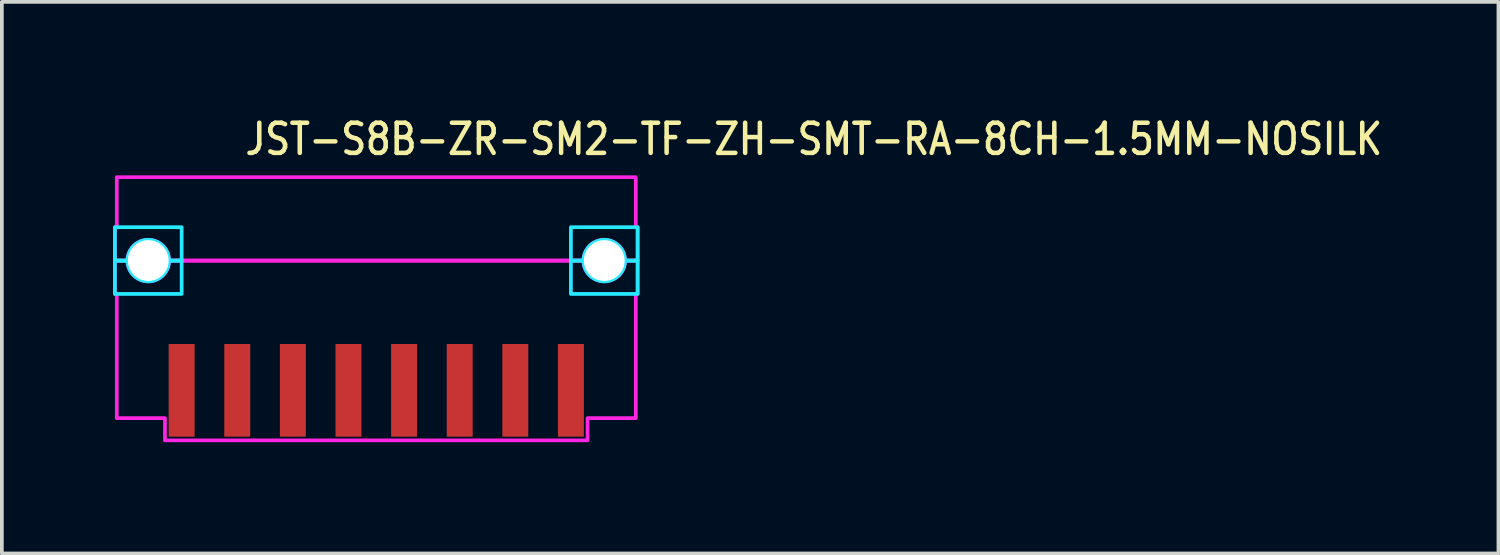
<source format=kicad_pcb>
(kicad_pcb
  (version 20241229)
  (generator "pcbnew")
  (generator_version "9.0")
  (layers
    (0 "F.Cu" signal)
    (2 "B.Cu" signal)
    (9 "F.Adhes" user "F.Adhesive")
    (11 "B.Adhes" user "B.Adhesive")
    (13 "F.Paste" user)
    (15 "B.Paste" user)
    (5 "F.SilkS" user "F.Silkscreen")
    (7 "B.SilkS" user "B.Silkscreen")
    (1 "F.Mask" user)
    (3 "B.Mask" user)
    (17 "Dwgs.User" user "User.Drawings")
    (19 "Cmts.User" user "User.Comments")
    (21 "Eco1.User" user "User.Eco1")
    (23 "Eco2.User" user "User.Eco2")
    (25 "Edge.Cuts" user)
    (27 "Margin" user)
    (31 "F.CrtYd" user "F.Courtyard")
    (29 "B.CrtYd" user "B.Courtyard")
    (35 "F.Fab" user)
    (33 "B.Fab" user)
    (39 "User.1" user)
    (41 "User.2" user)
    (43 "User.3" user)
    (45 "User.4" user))
  (footprint "JST-S8B-ZR-SM2-TF-ZH-SMT-RA-8CH-1.5MM-NOSILK"
    (layer "F.Cu")
    (at 7.1 3.979)
    (property "Reference" "JST-S8B-ZR-SM2-TF-ZH-SMT-RA-8CH-1.5MM-NOSILK" (at -3.6 -2.8 0) (unlocked yes) (layer "F.SilkS") (effects (font (size 0.813 0.695) (thickness 0.122)) (justify left bottom)))
    (fp_poly (pts (xy -5.25 -0.9) (xy -5.25 0) (xy -5.59 0) (xy -5.59 -0.000078) (xy -5.59 -0.009) (xy -5.59 -0.009) (xy -5.59 -0.018) (xy -5.59 -0.018) (xy -5.591 -0.026) (xy -5.591 -0.026) (xy -5.591 -0.035) (xy -5.591 -0.035) (xy -5.592 -0.044) (xy -5.592 -0.044) (xy -5.592 -0.053) (xy -5.592 -0.053) (xy -5.593 -0.061) (xy -5.593 -0.062) (xy -5.594 -0.07) (xy -5.594 -0.07) (xy -5.596 -0.079) (xy -5.596 -0.079) (xy -5.597 -0.088) (xy -5.597 -0.088) (xy -5.598 -0.096) (xy -5.598 -0.096) (xy -5.6 -0.105) (xy -5.6 -0.105) (xy -5.602 -0.113) (xy -5.602 -0.114) (xy -5.603 -0.122) (xy -5.604 -0.122) (xy -5.605 -0.131) (xy -5.605 -0.131) (xy -5.608 -0.139) (xy -5.608 -0.139) (xy -5.61 -0.148) (xy -5.61 -0.148) (xy -5.612 -0.156) (xy -5.612 -0.156) (xy -5.615 -0.165) (xy -5.615 -0.165) (xy -5.617 -0.173) (xy -5.617 -0.173) (xy -5.62 -0.181) (xy -5.62 -0.181) (xy -5.623 -0.19) (xy -5.623 -0.19) (xy -5.626 -0.198) (xy -5.626 -0.198) (xy -5.629 -0.206) (xy -5.629 -0.206) (xy -5.633 -0.214) (xy -5.633 -0.214) (xy -5.636 -0.222) (xy -5.636 -0.222) (xy -5.64 -0.23) (xy -5.64 -0.231) (xy -5.643 -0.238) (xy -5.643 -0.239) (xy -5.647 -0.246) (xy -5.647 -0.246) (xy -5.651 -0.254) (xy -5.651 -0.254) (xy -5.655 -0.262) (xy -5.655 -0.262) (xy -5.659 -0.27) (xy -5.659 -0.27) (xy -5.664 -0.277) (xy -5.664 -0.278) (xy -5.668 -0.285) (xy -5.668 -0.285) (xy -5.672 -0.293) (xy -5.673 -0.293) (xy -5.677 -0.3) (xy -5.677 -0.3) (xy -5.682 -0.307) (xy -5.682 -0.308) (xy -5.687 -0.315) (xy -5.687 -0.315) (xy -5.692 -0.322) (xy -5.692 -0.322) (xy -5.697 -0.329) (xy -5.697 -0.329) (xy -5.702 -0.336) (xy -5.702 -0.336) (xy -5.707 -0.343) (xy -5.708 -0.343) (xy -5.713 -0.35) (xy -5.713 -0.35) (xy -5.718 -0.357) (xy -5.719 -0.357) (xy -5.724 -0.364) (xy -5.724 -0.364) (xy -5.73 -0.37) (xy -5.73 -0.37) (xy -5.736 -0.377) (xy -5.736 -0.377) (xy -5.742 -0.383) (xy -5.742 -0.383) (xy -5.748 -0.39) (xy -5.748 -0.39) (xy -5.754 -0.396) (xy -5.754 -0.396) (xy -5.76 -0.402) (xy -5.76 -0.402) (xy -5.767 -0.408) (xy -5.767 -0.408) (xy -5.773 -0.414) (xy -5.773 -0.414) (xy -5.78 -0.42) (xy -5.78 -0.42) (xy -5.786 -0.426) (xy -5.786 -0.426) (xy -5.793 -0.431) (xy -5.793 -0.432) (xy -5.8 -0.437) (xy -5.8 -0.437) (xy -5.807 -0.442) (xy -5.807 -0.443) (xy -5.814 -0.448) (xy -5.814 -0.448) (xy -5.821 -0.453) (xy -5.821 -0.453) (xy -5.828 -0.458) (xy -5.828 -0.458) (xy -5.835 -0.463) (xy -5.835 -0.463) (xy -5.842 -0.468) (xy -5.843 -0.468) (xy -5.85 -0.473) (xy -5.85 -0.473) (xy -5.857 -0.477) (xy -5.857 -0.478) (xy -5.865 -0.482) (xy -5.865 -0.482) (xy -5.872 -0.486) (xy -5.873 -0.486) (xy -5.88 -0.491) (xy -5.88 -0.491) (xy -5.888 -0.495) (xy -5.888 -0.495) (xy -5.896 -0.499) (xy -5.896 -0.499) (xy -5.904 -0.503) (xy -5.904 -0.503) (xy -5.911 -0.507) (xy -5.912 -0.507) (xy -5.919 -0.51) (xy -5.92 -0.51) (xy -5.928 -0.514) (xy -5.928 -0.514) (xy -5.936 -0.517) (xy -5.936 -0.517) (xy -5.944 -0.521) (xy -5.944 -0.521) (xy -5.952 -0.524) (xy -5.952 -0.524) (xy -5.96 -0.527) (xy -5.96 -0.527) (xy -5.969 -0.53) (xy -5.969 -0.53) (xy -5.977 -0.533) (xy -5.977 -0.533) (xy -5.985 -0.535) (xy -5.985 -0.535) (xy -5.994 -0.538) (xy -5.994 -0.538) (xy -6.002 -0.54) (xy -6.002 -0.54) (xy -6.011 -0.542) (xy -6.011 -0.542) (xy -6.019 -0.545) (xy -6.019 -0.545) (xy -6.028 -0.546) (xy -6.028 -0.547) (xy -6.036 -0.548) (xy -6.037 -0.548) (xy -6.045 -0.55) (xy -6.045 -0.55) (xy -6.054 -0.552) (xy -6.054 -0.552) (xy -6.062 -0.553) (xy -6.062 -0.553) (xy -6.071 -0.554) (xy -6.071 -0.554) (xy -6.08 -0.556) (xy -6.08 -0.556) (xy -6.088 -0.557) (xy -6.089 -0.557) (xy -6.097 -0.558) (xy -6.097 -0.558) (xy -6.106 -0.558) (xy -6.106 -0.558) (xy -6.115 -0.559) (xy -6.115 -0.559) (xy -6.124 -0.559) (xy -6.124 -0.559) (xy -6.132 -0.56) (xy -6.132 -0.56) (xy -6.141 -0.56) (xy -6.141 -0.56) (xy -6.15 -0.56) (xy -6.15 -0.56) (xy -6.159 -0.56) (xy -6.159 -0.56) (xy -6.168 -0.56) (xy -6.168 -0.56) (xy -6.176 -0.559) (xy -6.176 -0.559) (xy -6.185 -0.559) (xy -6.185 -0.559) (xy -6.194 -0.558) (xy -6.194 -0.558) (xy -6.203 -0.558) (xy -6.203 -0.558) (xy -6.211 -0.557) (xy -6.212 -0.557) (xy -6.22 -0.556) (xy -6.22 -0.556) (xy -6.229 -0.554) (xy -6.229 -0.554) (xy -6.238 -0.553) (xy -6.238 -0.553) (xy -6.246 -0.552) (xy -6.246 -0.552) (xy -6.255 -0.55) (xy -6.255 -0.55) (xy -6.263 -0.548) (xy -6.264 -0.548) (xy -6.272 -0.547) (xy -6.272 -0.546) (xy -6.281 -0.545) (xy -6.281 -0.545) (xy -6.289 -0.542) (xy -6.289 -0.542) (xy -6.298 -0.54) (xy -6.298 -0.54) (xy -6.306 -0.538) (xy -6.306 -0.538) (xy -6.315 -0.535) (xy -6.315 -0.535) (xy -6.323 -0.533) (xy -6.323 -0.533) (xy -6.331 -0.53) (xy -6.331 -0.53) (xy -6.34 -0.527) (xy -6.34 -0.527) (xy -6.348 -0.524) (xy -6.348 -0.524) (xy -6.356 -0.521) (xy -6.356 -0.521) (xy -6.364 -0.517) (xy -6.364 -0.517) (xy -6.372 -0.514) (xy -6.372 -0.514) (xy -6.38 -0.51) (xy -6.381 -0.51) (xy -6.388 -0.507) (xy -6.389 -0.507) (xy -6.396 -0.503) (xy -6.396 -0.503) (xy -6.404 -0.499) (xy -6.404 -0.499) (xy -6.412 -0.495) (xy -6.412 -0.495) (xy -6.42 -0.491) (xy -6.42 -0.491) (xy -6.427 -0.486) (xy -6.428 -0.486) (xy -6.435 -0.482) (xy -6.435 -0.482) (xy -6.443 -0.478) (xy -6.443 -0.477) (xy -6.45 -0.473) (xy -6.45 -0.473) (xy -6.457 -0.468) (xy -6.458 -0.468) (xy -6.465 -0.463) (xy -6.465 -0.463) (xy -6.472 -0.458) (xy -6.472 -0.458) (xy -6.479 -0.453) (xy -6.479 -0.453) (xy -6.486 -0.448) (xy -6.486 -0.448) (xy -6.493 -0.443) (xy -6.493 -0.442) (xy -6.5 -0.437) (xy -6.5 -0.437) (xy -6.507 -0.432) (xy -6.507 -0.431) (xy -6.514 -0.426) (xy -6.514 -0.426) (xy -6.52 -0.42) (xy -6.52 -0.42) (xy -6.527 -0.414) (xy -6.527 -0.414) (xy -6.533 -0.408) (xy -6.533 -0.408) (xy -6.54 -0.402) (xy -6.54 -0.402) (xy -6.546 -0.396) (xy -6.546 -0.396) (xy -6.552 -0.39) (xy -6.552 -0.39) (xy -6.558 -0.383) (xy -6.558 -0.383) (xy -6.564 -0.377) (xy -6.564 -0.377) (xy -6.57 -0.37) (xy -6.57 -0.37) (xy -6.576 -0.364) (xy -6.576 -0.364) (xy -6.581 -0.357) (xy -6.582 -0.357) (xy -6.587 -0.35) (xy -6.587 -0.35) (xy -6.592 -0.343) (xy -6.593 -0.343) (xy -6.598 -0.336) (xy -6.598 -0.336) (xy -6.603 -0.329) (xy -6.603 -0.329) (xy -6.608 -0.322) (xy -6.608 -0.322) (xy -6.613 -0.315) (xy -6.613 -0.315) (xy -6.618 -0.308) (xy -6.618 -0.307) (xy -6.623 -0.3) (xy -6.623 -0.3) (xy -6.627 -0.293) (xy -6.628 -0.293) (xy -6.632 -0.285) (xy -6.632 -0.285) (xy -6.636 -0.278) (xy -6.636 -0.277) (xy -6.641 -0.27) (xy -6.641 -0.27) (xy -6.645 -0.262) (xy -6.645 -0.262) (xy -6.649 -0.254) (xy -6.649 -0.254) (xy -6.653 -0.246) (xy -6.653 -0.246) (xy -6.657 -0.239) (xy -6.657 -0.238) (xy -6.66 -0.231) (xy -6.66 -0.23) (xy -6.664 -0.222) (xy -6.664 -0.222) (xy -6.667 -0.214) (xy -6.667 -0.214) (xy -6.671 -0.206) (xy -6.671 -0.206) (xy -6.674 -0.198) (xy -6.674 -0.198) (xy -6.677 -0.19) (xy -6.677 -0.19) (xy -6.68 -0.181) (xy -6.68 -0.181) (xy -6.683 -0.173) (xy -6.683 -0.173) (xy -6.685 -0.165) (xy -6.685 -0.165) (xy -6.688 -0.156) (xy -6.688 -0.156) (xy -6.69 -0.148) (xy -6.69 -0.148) (xy -6.692 -0.139) (xy -6.692 -0.139) (xy -6.695 -0.131) (xy -6.695 -0.131) (xy -6.696 -0.122) (xy -6.697 -0.122) (xy -6.698 -0.114) (xy -6.698 -0.113) (xy -6.7 -0.105) (xy -6.7 -0.105) (xy -6.702 -0.096) (xy -6.702 -0.096) (xy -6.703 -0.088) (xy -6.703 -0.088) (xy -6.704 -0.079) (xy -6.704 -0.079) (xy -6.706 -0.07) (xy -6.706 -0.07) (xy -6.707 -0.062) (xy -6.707 -0.061) (xy -6.708 -0.053) (xy -6.708 -0.053) (xy -6.708 -0.044) (xy -6.708 -0.044) (xy -6.709 -0.035) (xy -6.709 -0.035) (xy -6.709 -0.026) (xy -6.709 -0.026) (xy -6.71 -0.018) (xy -6.71 -0.018) (xy -6.71 -0.009) (xy -6.71 -0.009) (xy -6.71 -0.000078) (xy -6.71 0) (xy -7.05 0) (xy -7.05 -0.9)) (stroke (width 0.1) (type solid)) (fill no) (layer "B.CrtYd"))
    (fp_poly (pts (xy -5.25 0) (xy -5.25 0.9) (xy -7.05 0.9) (xy -7.05 0) (xy -6.71 0) (xy -6.71 0.000078) (xy -6.71 0.009) (xy -6.71 0.009) (xy -6.71 0.018) (xy -6.71 0.018) (xy -6.709 0.026) (xy -6.709 0.026) (xy -6.709 0.035) (xy -6.709 0.035) (xy -6.708 0.044) (xy -6.708 0.044) (xy -6.708 0.053) (xy -6.708 0.053) (xy -6.707 0.061) (xy -6.707 0.062) (xy -6.706 0.07) (xy -6.706 0.07) (xy -6.704 0.079) (xy -6.704 0.079) (xy -6.703 0.088) (xy -6.703 0.088) (xy -6.702 0.096) (xy -6.702 0.096) (xy -6.7 0.105) (xy -6.7 0.105) (xy -6.698 0.113) (xy -6.698 0.114) (xy -6.697 0.122) (xy -6.696 0.122) (xy -6.695 0.131) (xy -6.695 0.131) (xy -6.692 0.139) (xy -6.692 0.139) (xy -6.69 0.148) (xy -6.69 0.148) (xy -6.688 0.156) (xy -6.688 0.156) (xy -6.685 0.165) (xy -6.685 0.165) (xy -6.683 0.173) (xy -6.683 0.173) (xy -6.68 0.181) (xy -6.68 0.181) (xy -6.677 0.19) (xy -6.677 0.19) (xy -6.674 0.198) (xy -6.674 0.198) (xy -6.671 0.206) (xy -6.671 0.206) (xy -6.667 0.214) (xy -6.667 0.214) (xy -6.664 0.222) (xy -6.664 0.222) (xy -6.66 0.23) (xy -6.66 0.231) (xy -6.657 0.238) (xy -6.657 0.239) (xy -6.653 0.246) (xy -6.653 0.246) (xy -6.649 0.254) (xy -6.649 0.254) (xy -6.645 0.262) (xy -6.645 0.262) (xy -6.641 0.27) (xy -6.641 0.27) (xy -6.636 0.277) (xy -6.636 0.278) (xy -6.632 0.285) (xy -6.632 0.285) (xy -6.628 0.293) (xy -6.627 0.293) (xy -6.623 0.3) (xy -6.623 0.3) (xy -6.618 0.307) (xy -6.618 0.308) (xy -6.613 0.315) (xy -6.613 0.315) (xy -6.608 0.322) (xy -6.608 0.322) (xy -6.603 0.329) (xy -6.603 0.329) (xy -6.598 0.336) (xy -6.598 0.336) (xy -6.593 0.343) (xy -6.592 0.343) (xy -6.587 0.35) (xy -6.587 0.35) (xy -6.582 0.357) (xy -6.581 0.357) (xy -6.576 0.364) (xy -6.576 0.364) (xy -6.57 0.37) (xy -6.57 0.37) (xy -6.564 0.377) (xy -6.564 0.377) (xy -6.558 0.383) (xy -6.558 0.383) (xy -6.552 0.39) (xy -6.552 0.39) (xy -6.546 0.396) (xy -6.546 0.396) (xy -6.54 0.402) (xy -6.54 0.402) (xy -6.533 0.408) (xy -6.533 0.408) (xy -6.527 0.414) (xy -6.527 0.414) (xy -6.52 0.42) (xy -6.52 0.42) (xy -6.514 0.426) (xy -6.514 0.426) (xy -6.507 0.431) (xy -6.507 0.432) (xy -6.5 0.437) (xy -6.5 0.437) (xy -6.493 0.442) (xy -6.493 0.443) (xy -6.486 0.448) (xy -6.486 0.448) (xy -6.479 0.453) (xy -6.479 0.453) (xy -6.472 0.458) (xy -6.472 0.458) (xy -6.465 0.463) (xy -6.465 0.463) (xy -6.458 0.468) (xy -6.457 0.468) (xy -6.45 0.473) (xy -6.45 0.473) (xy -6.443 0.477) (xy -6.443 0.478) (xy -6.435 0.482) (xy -6.435 0.482) (xy -6.428 0.486) (xy -6.427 0.486) (xy -6.42 0.491) (xy -6.42 0.491) (xy -6.412 0.495) (xy -6.412 0.495) (xy -6.404 0.499) (xy -6.404 0.499) (xy -6.396 0.503) (xy -6.396 0.503) (xy -6.389 0.507) (xy -6.388 0.507) (xy -6.381 0.51) (xy -6.38 0.51) (xy -6.372 0.514) (xy -6.372 0.514) (xy -6.364 0.517) (xy -6.364 0.517) (xy -6.356 0.521) (xy -6.356 0.521) (xy -6.348 0.524) (xy -6.348 0.524) (xy -6.34 0.527) (xy -6.34 0.527) (xy -6.331 0.53) (xy -6.331 0.53) (xy -6.323 0.533) (xy -6.323 0.533) (xy -6.315 0.535) (xy -6.315 0.535) (xy -6.306 0.538) (xy -6.306 0.538) (xy -6.298 0.54) (xy -6.298 0.54) (xy -6.289 0.542) (xy -6.289 0.542) (xy -6.281 0.545) (xy -6.281 0.545) (xy -6.272 0.546) (xy -6.272 0.547) (xy -6.264 0.548) (xy -6.263 0.548) (xy -6.255 0.55) (xy -6.255 0.55) (xy -6.246 0.552) (xy -6.246 0.552) (xy -6.238 0.553) (xy -6.238 0.553) (xy -6.229 0.554) (xy -6.229 0.554) (xy -6.22 0.556) (xy -6.22 0.556) (xy -6.212 0.557) (xy -6.211 0.557) (xy -6.203 0.558) (xy -6.203 0.558) (xy -6.194 0.558) (xy -6.194 0.558) (xy -6.185 0.559) (xy -6.185 0.559) (xy -6.176 0.559) (xy -6.176 0.559) (xy -6.168 0.56) (xy -6.168 0.56) (xy -6.159 0.56) (xy -6.159 0.56) (xy -6.15 0.56) (xy -6.15 0.56) (xy -6.141 0.56) (xy -6.141 0.56) (xy -6.132 0.56) (xy -6.132 0.56) (xy -6.124 0.559) (xy -6.124 0.559) (xy -6.115 0.559) (xy -6.115 0.559) (xy -6.106 0.558) (xy -6.106 0.558) (xy -6.097 0.558) (xy -6.097 0.558) (xy -6.089 0.557) (xy -6.088 0.557) (xy -6.08 0.556) (xy -6.08 0.556) (xy -6.071 0.554) (xy -6.071 0.554) (xy -6.062 0.553) (xy -6.062 0.553) (xy -6.054 0.552) (xy -6.054 0.552) (xy -6.045 0.55) (xy -6.045 0.55) (xy -6.037 0.548) (xy -6.036 0.548) (xy -6.028 0.547) (xy -6.028 0.546) (xy -6.019 0.545) (xy -6.019 0.545) (xy -6.011 0.542) (xy -6.011 0.542) (xy -6.002 0.54) (xy -6.002 0.54) (xy -5.994 0.538) (xy -5.994 0.538) (xy -5.985 0.535) (xy -5.985 0.535) (xy -5.977 0.533) (xy -5.977 0.533) (xy -5.969 0.53) (xy -5.969 0.53) (xy -5.96 0.527) (xy -5.96 0.527) (xy -5.952 0.524) (xy -5.952 0.524) (xy -5.944 0.521) (xy -5.944 0.521) (xy -5.936 0.517) (xy -5.936 0.517) (xy -5.928 0.514) (xy -5.928 0.514) (xy -5.92 0.51) (xy -5.919 0.51) (xy -5.912 0.507) (xy -5.911 0.507) (xy -5.904 0.503) (xy -5.904 0.503) (xy -5.896 0.499) (xy -5.896 0.499) (xy -5.888 0.495) (xy -5.888 0.495) (xy -5.88 0.491) (xy -5.88 0.491) (xy -5.873 0.486) (xy -5.872 0.486) (xy -5.865 0.482) (xy -5.865 0.482) (xy -5.857 0.478) (xy -5.857 0.477) (xy -5.85 0.473) (xy -5.85 0.473) (xy -5.843 0.468) (xy -5.842 0.468) (xy -5.835 0.463) (xy -5.835 0.463) (xy -5.828 0.458) (xy -5.828 0.458) (xy -5.821 0.453) (xy -5.821 0.453) (xy -5.814 0.448) (xy -5.814 0.448) (xy -5.807 0.443) (xy -5.807 0.442) (xy -5.8 0.437) (xy -5.8 0.437) (xy -5.793 0.432) (xy -5.793 0.431) (xy -5.786 0.426) (xy -5.786 0.426) (xy -5.78 0.42) (xy -5.78 0.42) (xy -5.773 0.414) (xy -5.773 0.414) (xy -5.767 0.408) (xy -5.767 0.408) (xy -5.76 0.402) (xy -5.76 0.402) (xy -5.754 0.396) (xy -5.754 0.396) (xy -5.748 0.39) (xy -5.748 0.39) (xy -5.742 0.383) (xy -5.742 0.383) (xy -5.736 0.377) (xy -5.736 0.377) (xy -5.73 0.37) (xy -5.73 0.37) (xy -5.724 0.364) (xy -5.724 0.364) (xy -5.719 0.357) (xy -5.718 0.357) (xy -5.713 0.35) (xy -5.713 0.35) (xy -5.708 0.343) (xy -5.707 0.343) (xy -5.702 0.336) (xy -5.702 0.336) (xy -5.697 0.329) (xy -5.697 0.329) (xy -5.692 0.322) (xy -5.692 0.322) (xy -5.687 0.315) (xy -5.687 0.315) (xy -5.682 0.308) (xy -5.682 0.307) (xy -5.677 0.3) (xy -5.677 0.3) (xy -5.673 0.293) (xy -5.672 0.293) (xy -5.668 0.285) (xy -5.668 0.285) (xy -5.664 0.278) (xy -5.664 0.277) (xy -5.659 0.27) (xy -5.659 0.27) (xy -5.655 0.262) (xy -5.655 0.262) (xy -5.651 0.254) (xy -5.651 0.254) (xy -5.647 0.246) (xy -5.647 0.246) (xy -5.643 0.239) (xy -5.643 0.238) (xy -5.64 0.231) (xy -5.64 0.23) (xy -5.636 0.222) (xy -5.636 0.222) (xy -5.633 0.214) (xy -5.633 0.214) (xy -5.629 0.206) (xy -5.629 0.206) (xy -5.626 0.198) (xy -5.626 0.198) (xy -5.623 0.19) (xy -5.623 0.19) (xy -5.62 0.181) (xy -5.62 0.181) (xy -5.617 0.173) (xy -5.617 0.173) (xy -5.615 0.165) (xy -5.615 0.165) (xy -5.612 0.156) (xy -5.612 0.156) (xy -5.61 0.148) (xy -5.61 0.148) (xy -5.608 0.139) (xy -5.608 0.139) (xy -5.605 0.131) (xy -5.605 0.131) (xy -5.604 0.122) (xy -5.603 0.122) (xy -5.602 0.114) (xy -5.602 0.113) (xy -5.6 0.105) (xy -5.6 0.105) (xy -5.598 0.096) (xy -5.598 0.096) (xy -5.597 0.088) (xy -5.597 0.088) (xy -5.596 0.079) (xy -5.596 0.079) (xy -5.594 0.07) (xy -5.594 0.07) (xy -5.593 0.062) (xy -5.593 0.061) (xy -5.592 0.053) (xy -5.592 0.053) (xy -5.592 0.044) (xy -5.592 0.044) (xy -5.591 0.035) (xy -5.591 0.035) (xy -5.591 0.026) (xy -5.591 0.026) (xy -5.59 0.018) (xy -5.59 0.018) (xy -5.59 0.009) (xy -5.59 0.009) (xy -5.59 0.000078) (xy -5.59 0)) (stroke (width 0.1) (type solid)) (fill no) (layer "B.CrtYd"))
    (fp_poly (pts (xy 5.25 0) (xy 5.25 -0.9) (xy 7.05 -0.9) (xy 7.05 0) (xy 6.71 0) (xy 6.71 -0.000078) (xy 6.71 -0.009) (xy 6.71 -0.009) (xy 6.71 -0.018) (xy 6.71 -0.018) (xy 6.709 -0.026) (xy 6.709 -0.026) (xy 6.709 -0.035) (xy 6.709 -0.035) (xy 6.708 -0.044) (xy 6.708 -0.044) (xy 6.708 -0.053) (xy 6.708 -0.053) (xy 6.707 -0.061) (xy 6.707 -0.062) (xy 6.706 -0.07) (xy 6.706 -0.07) (xy 6.704 -0.079) (xy 6.704 -0.079) (xy 6.703 -0.088) (xy 6.703 -0.088) (xy 6.702 -0.096) (xy 6.702 -0.096) (xy 6.7 -0.105) (xy 6.7 -0.105) (xy 6.698 -0.113) (xy 6.698 -0.114) (xy 6.697 -0.122) (xy 6.696 -0.122) (xy 6.695 -0.131) (xy 6.695 -0.131) (xy 6.692 -0.139) (xy 6.692 -0.139) (xy 6.69 -0.148) (xy 6.69 -0.148) (xy 6.688 -0.156) (xy 6.688 -0.156) (xy 6.685 -0.165) (xy 6.685 -0.165) (xy 6.683 -0.173) (xy 6.683 -0.173) (xy 6.68 -0.181) (xy 6.68 -0.181) (xy 6.677 -0.19) (xy 6.677 -0.19) (xy 6.674 -0.198) (xy 6.674 -0.198) (xy 6.671 -0.206) (xy 6.671 -0.206) (xy 6.667 -0.214) (xy 6.667 -0.214) (xy 6.664 -0.222) (xy 6.664 -0.222) (xy 6.66 -0.23) (xy 6.66 -0.231) (xy 6.657 -0.238) (xy 6.657 -0.239) (xy 6.653 -0.246) (xy 6.653 -0.246) (xy 6.649 -0.254) (xy 6.649 -0.254) (xy 6.645 -0.262) (xy 6.645 -0.262) (xy 6.641 -0.27) (xy 6.641 -0.27) (xy 6.636 -0.277) (xy 6.636 -0.278) (xy 6.632 -0.285) (xy 6.632 -0.285) (xy 6.628 -0.293) (xy 6.627 -0.293) (xy 6.623 -0.3) (xy 6.623 -0.3) (xy 6.618 -0.307) (xy 6.618 -0.308) (xy 6.613 -0.315) (xy 6.613 -0.315) (xy 6.608 -0.322) (xy 6.608 -0.322) (xy 6.603 -0.329) (xy 6.603 -0.329) (xy 6.598 -0.336) (xy 6.598 -0.336) (xy 6.593 -0.343) (xy 6.592 -0.343) (xy 6.587 -0.35) (xy 6.587 -0.35) (xy 6.582 -0.357) (xy 6.581 -0.357) (xy 6.576 -0.364) (xy 6.576 -0.364) (xy 6.57 -0.37) (xy 6.57 -0.37) (xy 6.564 -0.377) (xy 6.564 -0.377) (xy 6.558 -0.383) (xy 6.558 -0.383) (xy 6.552 -0.39) (xy 6.552 -0.39) (xy 6.546 -0.396) (xy 6.546 -0.396) (xy 6.54 -0.402) (xy 6.54 -0.402) (xy 6.533 -0.408) (xy 6.533 -0.408) (xy 6.527 -0.414) (xy 6.527 -0.414) (xy 6.52 -0.42) (xy 6.52 -0.42) (xy 6.514 -0.426) (xy 6.514 -0.426) (xy 6.507 -0.431) (xy 6.507 -0.432) (xy 6.5 -0.437) (xy 6.5 -0.437) (xy 6.493 -0.442) (xy 6.493 -0.443) (xy 6.486 -0.448) (xy 6.486 -0.448) (xy 6.479 -0.453) (xy 6.479 -0.453) (xy 6.472 -0.458) (xy 6.472 -0.458) (xy 6.465 -0.463) (xy 6.465 -0.463) (xy 6.458 -0.468) (xy 6.457 -0.468) (xy 6.45 -0.473) (xy 6.45 -0.473) (xy 6.443 -0.477) (xy 6.443 -0.478) (xy 6.435 -0.482) (xy 6.435 -0.482) (xy 6.428 -0.486) (xy 6.427 -0.486) (xy 6.42 -0.491) (xy 6.42 -0.491) (xy 6.412 -0.495) (xy 6.412 -0.495) (xy 6.404 -0.499) (xy 6.404 -0.499) (xy 6.396 -0.503) (xy 6.396 -0.503) (xy 6.389 -0.507) (xy 6.388 -0.507) (xy 6.381 -0.51) (xy 6.38 -0.51) (xy 6.372 -0.514) (xy 6.372 -0.514) (xy 6.364 -0.517) (xy 6.364 -0.517) (xy 6.356 -0.521) (xy 6.356 -0.521) (xy 6.348 -0.524) (xy 6.348 -0.524) (xy 6.34 -0.527) (xy 6.34 -0.527) (xy 6.331 -0.53) (xy 6.331 -0.53) (xy 6.323 -0.533) (xy 6.323 -0.533) (xy 6.315 -0.535) (xy 6.315 -0.535) (xy 6.306 -0.538) (xy 6.306 -0.538) (xy 6.298 -0.54) (xy 6.298 -0.54) (xy 6.289 -0.542) (xy 6.289 -0.542) (xy 6.281 -0.545) (xy 6.281 -0.545) (xy 6.272 -0.546) (xy 6.272 -0.547) (xy 6.264 -0.548) (xy 6.263 -0.548) (xy 6.255 -0.55) (xy 6.255 -0.55) (xy 6.246 -0.552) (xy 6.246 -0.552) (xy 6.238 -0.553) (xy 6.238 -0.553) (xy 6.229 -0.554) (xy 6.229 -0.554) (xy 6.22 -0.556) (xy 6.22 -0.556) (xy 6.212 -0.557) (xy 6.211 -0.557) (xy 6.203 -0.558) (xy 6.203 -0.558) (xy 6.194 -0.558) (xy 6.194 -0.558) (xy 6.185 -0.559) (xy 6.185 -0.559) (xy 6.176 -0.559) (xy 6.176 -0.559) (xy 6.168 -0.56) (xy 6.168 -0.56) (xy 6.159 -0.56) (xy 6.159 -0.56) (xy 6.15 -0.56) (xy 6.15 -0.56) (xy 6.141 -0.56) (xy 6.141 -0.56) (xy 6.132 -0.56) (xy 6.132 -0.56) (xy 6.124 -0.559) (xy 6.124 -0.559) (xy 6.115 -0.559) (xy 6.115 -0.559) (xy 6.106 -0.558) (xy 6.106 -0.558) (xy 6.097 -0.558) (xy 6.097 -0.558) (xy 6.089 -0.557) (xy 6.088 -0.557) (xy 6.08 -0.556) (xy 6.08 -0.556) (xy 6.071 -0.554) (xy 6.071 -0.554) (xy 6.062 -0.553) (xy 6.062 -0.553) (xy 6.054 -0.552) (xy 6.054 -0.552) (xy 6.045 -0.55) (xy 6.045 -0.55) (xy 6.037 -0.548) (xy 6.036 -0.548) (xy 6.028 -0.547) (xy 6.028 -0.546) (xy 6.019 -0.545) (xy 6.019 -0.545) (xy 6.011 -0.542) (xy 6.011 -0.542) (xy 6.002 -0.54) (xy 6.002 -0.54) (xy 5.994 -0.538) (xy 5.994 -0.538) (xy 5.985 -0.535) (xy 5.985 -0.535) (xy 5.977 -0.533) (xy 5.977 -0.533) (xy 5.969 -0.53) (xy 5.969 -0.53) (xy 5.96 -0.527) (xy 5.96 -0.527) (xy 5.952 -0.524) (xy 5.952 -0.524) (xy 5.944 -0.521) (xy 5.944 -0.521) (xy 5.936 -0.517) (xy 5.936 -0.517) (xy 5.928 -0.514) (xy 5.928 -0.514) (xy 5.92 -0.51) (xy 5.919 -0.51) (xy 5.912 -0.507) (xy 5.911 -0.507) (xy 5.904 -0.503) (xy 5.904 -0.503) (xy 5.896 -0.499) (xy 5.896 -0.499) (xy 5.888 -0.495) (xy 5.888 -0.495) (xy 5.88 -0.491) (xy 5.88 -0.491) (xy 5.873 -0.486) (xy 5.872 -0.486) (xy 5.865 -0.482) (xy 5.865 -0.482) (xy 5.857 -0.478) (xy 5.857 -0.477) (xy 5.85 -0.473) (xy 5.85 -0.473) (xy 5.843 -0.468) (xy 5.842 -0.468) (xy 5.835 -0.463) (xy 5.835 -0.463) (xy 5.828 -0.458) (xy 5.828 -0.458) (xy 5.821 -0.453) (xy 5.821 -0.453) (xy 5.814 -0.448) (xy 5.814 -0.448) (xy 5.807 -0.443) (xy 5.807 -0.442) (xy 5.8 -0.437) (xy 5.8 -0.437) (xy 5.793 -0.432) (xy 5.793 -0.431) (xy 5.786 -0.426) (xy 5.786 -0.426) (xy 5.78 -0.42) (xy 5.78 -0.42) (xy 5.773 -0.414) (xy 5.773 -0.414) (xy 5.767 -0.408) (xy 5.767 -0.408) (xy 5.76 -0.402) (xy 5.76 -0.402) (xy 5.754 -0.396) (xy 5.754 -0.396) (xy 5.748 -0.39) (xy 5.748 -0.39) (xy 5.742 -0.383) (xy 5.742 -0.383) (xy 5.736 -0.377) (xy 5.736 -0.377) (xy 5.73 -0.37) (xy 5.73 -0.37) (xy 5.724 -0.364) (xy 5.724 -0.364) (xy 5.719 -0.357) (xy 5.718 -0.357) (xy 5.713 -0.35) (xy 5.713 -0.35) (xy 5.708 -0.343) (xy 5.707 -0.343) (xy 5.702 -0.336) (xy 5.702 -0.336) (xy 5.697 -0.329) (xy 5.697 -0.329) (xy 5.692 -0.322) (xy 5.692 -0.322) (xy 5.687 -0.315) (xy 5.687 -0.315) (xy 5.682 -0.308) (xy 5.682 -0.307) (xy 5.677 -0.3) (xy 5.677 -0.3) (xy 5.673 -0.293) (xy 5.672 -0.293) (xy 5.668 -0.285) (xy 5.668 -0.285) (xy 5.664 -0.278) (xy 5.664 -0.277) (xy 5.659 -0.27) (xy 5.659 -0.27) (xy 5.655 -0.262) (xy 5.655 -0.262) (xy 5.651 -0.254) (xy 5.651 -0.254) (xy 5.647 -0.246) (xy 5.647 -0.246) (xy 5.643 -0.239) (xy 5.643 -0.238) (xy 5.64 -0.231) (xy 5.64 -0.23) (xy 5.636 -0.222) (xy 5.636 -0.222) (xy 5.633 -0.214) (xy 5.633 -0.214) (xy 5.629 -0.206) (xy 5.629 -0.206) (xy 5.626 -0.198) (xy 5.626 -0.198) (xy 5.623 -0.19) (xy 5.623 -0.19) (xy 5.62 -0.181) (xy 5.62 -0.181) (xy 5.617 -0.173) (xy 5.617 -0.173) (xy 5.615 -0.165) (xy 5.615 -0.165) (xy 5.612 -0.156) (xy 5.612 -0.156) (xy 5.61 -0.148) (xy 5.61 -0.148) (xy 5.608 -0.139) (xy 5.608 -0.139) (xy 5.605 -0.131) (xy 5.605 -0.131) (xy 5.604 -0.122) (xy 5.603 -0.122) (xy 5.602 -0.114) (xy 5.602 -0.113) (xy 5.6 -0.105) (xy 5.6 -0.105) (xy 5.598 -0.096) (xy 5.598 -0.096) (xy 5.597 -0.088) (xy 5.597 -0.088) (xy 5.596 -0.079) (xy 5.596 -0.079) (xy 5.594 -0.07) (xy 5.594 -0.07) (xy 5.593 -0.062) (xy 5.593 -0.061) (xy 5.592 -0.053) (xy 5.592 -0.053) (xy 5.592 -0.044) (xy 5.592 -0.044) (xy 5.591 -0.035) (xy 5.591 -0.035) (xy 5.591 -0.026) (xy 5.591 -0.026) (xy 5.59 -0.018) (xy 5.59 -0.018) (xy 5.59 -0.009) (xy 5.59 -0.009) (xy 5.59 -0.000078) (xy 5.59 0)) (stroke (width 0.1) (type solid)) (fill no) (layer "B.CrtYd"))
    (fp_poly (pts (xy 7.05 0.9) (xy 5.25 0.9) (xy 5.25 0) (xy 5.59 0) (xy 5.59 0.000078) (xy 5.59 0.009) (xy 5.59 0.009) (xy 5.59 0.018) (xy 5.59 0.018) (xy 5.591 0.026) (xy 5.591 0.026) (xy 5.591 0.035) (xy 5.591 0.035) (xy 5.592 0.044) (xy 5.592 0.044) (xy 5.592 0.053) (xy 5.592 0.053) (xy 5.593 0.061) (xy 5.593 0.062) (xy 5.594 0.07) (xy 5.594 0.07) (xy 5.596 0.079) (xy 5.596 0.079) (xy 5.597 0.088) (xy 5.597 0.088) (xy 5.598 0.096) (xy 5.598 0.096) (xy 5.6 0.105) (xy 5.6 0.105) (xy 5.602 0.113) (xy 5.602 0.114) (xy 5.603 0.122) (xy 5.604 0.122) (xy 5.605 0.131) (xy 5.605 0.131) (xy 5.608 0.139) (xy 5.608 0.139) (xy 5.61 0.148) (xy 5.61 0.148) (xy 5.612 0.156) (xy 5.612 0.156) (xy 5.615 0.165) (xy 5.615 0.165) (xy 5.617 0.173) (xy 5.617 0.173) (xy 5.62 0.181) (xy 5.62 0.181) (xy 5.623 0.19) (xy 5.623 0.19) (xy 5.626 0.198) (xy 5.626 0.198) (xy 5.629 0.206) (xy 5.629 0.206) (xy 5.633 0.214) (xy 5.633 0.214) (xy 5.636 0.222) (xy 5.636 0.222) (xy 5.64 0.23) (xy 5.64 0.231) (xy 5.643 0.238) (xy 5.643 0.239) (xy 5.647 0.246) (xy 5.647 0.246) (xy 5.651 0.254) (xy 5.651 0.254) (xy 5.655 0.262) (xy 5.655 0.262) (xy 5.659 0.27) (xy 5.659 0.27) (xy 5.664 0.277) (xy 5.664 0.278) (xy 5.668 0.285) (xy 5.668 0.285) (xy 5.672 0.293) (xy 5.673 0.293) (xy 5.677 0.3) (xy 5.677 0.3) (xy 5.682 0.307) (xy 5.682 0.308) (xy 5.687 0.315) (xy 5.687 0.315) (xy 5.692 0.322) (xy 5.692 0.322) (xy 5.697 0.329) (xy 5.697 0.329) (xy 5.702 0.336) (xy 5.702 0.336) (xy 5.707 0.343) (xy 5.708 0.343) (xy 5.713 0.35) (xy 5.713 0.35) (xy 5.718 0.357) (xy 5.719 0.357) (xy 5.724 0.364) (xy 5.724 0.364) (xy 5.73 0.37) (xy 5.73 0.37) (xy 5.736 0.377) (xy 5.736 0.377) (xy 5.742 0.383) (xy 5.742 0.383) (xy 5.748 0.39) (xy 5.748 0.39) (xy 5.754 0.396) (xy 5.754 0.396) (xy 5.76 0.402) (xy 5.76 0.402) (xy 5.767 0.408) (xy 5.767 0.408) (xy 5.773 0.414) (xy 5.773 0.414) (xy 5.78 0.42) (xy 5.78 0.42) (xy 5.786 0.426) (xy 5.786 0.426) (xy 5.793 0.431) (xy 5.793 0.432) (xy 5.8 0.437) (xy 5.8 0.437) (xy 5.807 0.442) (xy 5.807 0.443) (xy 5.814 0.448) (xy 5.814 0.448) (xy 5.821 0.453) (xy 5.821 0.453) (xy 5.828 0.458) (xy 5.828 0.458) (xy 5.835 0.463) (xy 5.835 0.463) (xy 5.842 0.468) (xy 5.843 0.468) (xy 5.85 0.473) (xy 5.85 0.473) (xy 5.857 0.477) (xy 5.857 0.478) (xy 5.865 0.482) (xy 5.865 0.482) (xy 5.872 0.486) (xy 5.873 0.486) (xy 5.88 0.491) (xy 5.88 0.491) (xy 5.888 0.495) (xy 5.888 0.495) (xy 5.896 0.499) (xy 5.896 0.499) (xy 5.904 0.503) (xy 5.904 0.503) (xy 5.911 0.507) (xy 5.912 0.507) (xy 5.919 0.51) (xy 5.92 0.51) (xy 5.928 0.514) (xy 5.928 0.514) (xy 5.936 0.517) (xy 5.936 0.517) (xy 5.944 0.521) (xy 5.944 0.521) (xy 5.952 0.524) (xy 5.952 0.524) (xy 5.96 0.527) (xy 5.96 0.527) (xy 5.969 0.53) (xy 5.969 0.53) (xy 5.977 0.533) (xy 5.977 0.533) (xy 5.985 0.535) (xy 5.985 0.535) (xy 5.994 0.538) (xy 5.994 0.538) (xy 6.002 0.54) (xy 6.002 0.54) (xy 6.011 0.542) (xy 6.011 0.542) (xy 6.019 0.545) (xy 6.019 0.545) (xy 6.028 0.546) (xy 6.028 0.547) (xy 6.036 0.548) (xy 6.037 0.548) (xy 6.045 0.55) (xy 6.045 0.55) (xy 6.054 0.552) (xy 6.054 0.552) (xy 6.062 0.553) (xy 6.062 0.553) (xy 6.071 0.554) (xy 6.071 0.554) (xy 6.08 0.556) (xy 6.08 0.556) (xy 6.088 0.557) (xy 6.089 0.557) (xy 6.097 0.558) (xy 6.097 0.558) (xy 6.106 0.558) (xy 6.106 0.558) (xy 6.115 0.559) (xy 6.115 0.559) (xy 6.124 0.559) (xy 6.124 0.559) (xy 6.132 0.56) (xy 6.132 0.56) (xy 6.141 0.56) (xy 6.141 0.56) (xy 6.15 0.56) (xy 6.15 0.56) (xy 6.159 0.56) (xy 6.159 0.56) (xy 6.168 0.56) (xy 6.168 0.56) (xy 6.176 0.559) (xy 6.176 0.559) (xy 6.185 0.559) (xy 6.185 0.559) (xy 6.194 0.558) (xy 6.194 0.558) (xy 6.203 0.558) (xy 6.203 0.558) (xy 6.211 0.557) (xy 6.212 0.557) (xy 6.22 0.556) (xy 6.22 0.556) (xy 6.229 0.554) (xy 6.229 0.554) (xy 6.238 0.553) (xy 6.238 0.553) (xy 6.246 0.552) (xy 6.246 0.552) (xy 6.255 0.55) (xy 6.255 0.55) (xy 6.263 0.548) (xy 6.264 0.548) (xy 6.272 0.547) (xy 6.272 0.546) (xy 6.281 0.545) (xy 6.281 0.545) (xy 6.289 0.542) (xy 6.289 0.542) (xy 6.298 0.54) (xy 6.298 0.54) (xy 6.306 0.538) (xy 6.306 0.538) (xy 6.315 0.535) (xy 6.315 0.535) (xy 6.323 0.533) (xy 6.323 0.533) (xy 6.331 0.53) (xy 6.331 0.53) (xy 6.34 0.527) (xy 6.34 0.527) (xy 6.348 0.524) (xy 6.348 0.524) (xy 6.356 0.521) (xy 6.356 0.521) (xy 6.364 0.517) (xy 6.364 0.517) (xy 6.372 0.514) (xy 6.372 0.514) (xy 6.38 0.51) (xy 6.381 0.51) (xy 6.388 0.507) (xy 6.389 0.507) (xy 6.396 0.503) (xy 6.396 0.503) (xy 6.404 0.499) (xy 6.404 0.499) (xy 6.412 0.495) (xy 6.412 0.495) (xy 6.42 0.491) (xy 6.42 0.491) (xy 6.427 0.486) (xy 6.428 0.486) (xy 6.435 0.482) (xy 6.435 0.482) (xy 6.443 0.478) (xy 6.443 0.477) (xy 6.45 0.473) (xy 6.45 0.473) (xy 6.457 0.468) (xy 6.458 0.468) (xy 6.465 0.463) (xy 6.465 0.463) (xy 6.472 0.458) (xy 6.472 0.458) (xy 6.479 0.453) (xy 6.479 0.453) (xy 6.486 0.448) (xy 6.486 0.448) (xy 6.493 0.443) (xy 6.493 0.442) (xy 6.5 0.437) (xy 6.5 0.437) (xy 6.507 0.432) (xy 6.507 0.431) (xy 6.514 0.426) (xy 6.514 0.426) (xy 6.52 0.42) (xy 6.52 0.42) (xy 6.527 0.414) (xy 6.527 0.414) (xy 6.533 0.408) (xy 6.533 0.408) (xy 6.54 0.402) (xy 6.54 0.402) (xy 6.546 0.396) (xy 6.546 0.396) (xy 6.552 0.39) (xy 6.552 0.39) (xy 6.558 0.383) (xy 6.558 0.383) (xy 6.564 0.377) (xy 6.564 0.377) (xy 6.57 0.37) (xy 6.57 0.37) (xy 6.576 0.364) (xy 6.576 0.364) (xy 6.581 0.357) (xy 6.582 0.357) (xy 6.587 0.35) (xy 6.587 0.35) (xy 6.592 0.343) (xy 6.593 0.343) (xy 6.598 0.336) (xy 6.598 0.336) (xy 6.603 0.329) (xy 6.603 0.329) (xy 6.608 0.322) (xy 6.608 0.322) (xy 6.613 0.315) (xy 6.613 0.315) (xy 6.618 0.308) (xy 6.618 0.307) (xy 6.623 0.3) (xy 6.623 0.3) (xy 6.627 0.293) (xy 6.628 0.293) (xy 6.632 0.285) (xy 6.632 0.285) (xy 6.636 0.278) (xy 6.636 0.277) (xy 6.641 0.27) (xy 6.641 0.27) (xy 6.645 0.262) (xy 6.645 0.262) (xy 6.649 0.254) (xy 6.649 0.254) (xy 6.653 0.246) (xy 6.653 0.246) (xy 6.657 0.239) (xy 6.657 0.238) (xy 6.66 0.231) (xy 6.66 0.23) (xy 6.664 0.222) (xy 6.664 0.222) (xy 6.667 0.214) (xy 6.667 0.214) (xy 6.671 0.206) (xy 6.671 0.206) (xy 6.674 0.198) (xy 6.674 0.198) (xy 6.677 0.19) (xy 6.677 0.19) (xy 6.68 0.181) (xy 6.68 0.181) (xy 6.683 0.173) (xy 6.683 0.173) (xy 6.685 0.165) (xy 6.685 0.165) (xy 6.688 0.156) (xy 6.688 0.156) (xy 6.69 0.148) (xy 6.69 0.148) (xy 6.692 0.139) (xy 6.692 0.139) (xy 6.695 0.131) (xy 6.695 0.131) (xy 6.696 0.122) (xy 6.697 0.122) (xy 6.698 0.114) (xy 6.698 0.113) (xy 6.7 0.105) (xy 6.7 0.105) (xy 6.702 0.096) (xy 6.702 0.096) (xy 6.703 0.088) (xy 6.703 0.088) (xy 6.704 0.079) (xy 6.704 0.079) (xy 6.706 0.07) (xy 6.706 0.07) (xy 6.707 0.062) (xy 6.707 0.061) (xy 6.708 0.053) (xy 6.708 0.053) (xy 6.708 0.044) (xy 6.708 0.044) (xy 6.709 0.035) (xy 6.709 0.035) (xy 6.709 0.026) (xy 6.709 0.026) (xy 6.71 0.018) (xy 6.71 0.018) (xy 6.71 0.009) (xy 6.71 0.009) (xy 6.71 0.000078) (xy 6.71 0) (xy 7.05 0)) (stroke (width 0.1) (type solid)) (fill no) (layer "B.CrtYd"))
    (fp_poly (pts (xy 7 -2.25) (xy 7 -0.9) (xy 7.05 -0.9) (xy 7.05 0) (xy 6.71 0) (xy 6.71 -0.000078) (xy 6.71 -0.009) (xy 6.71 -0.009) (xy 6.71 -0.018) (xy 6.71 -0.018) (xy 6.709 -0.026) (xy 6.709 -0.026) (xy 6.709 -0.035) (xy 6.709 -0.035) (xy 6.708 -0.044) (xy 6.708 -0.044) (xy 6.708 -0.053) (xy 6.708 -0.053) (xy 6.707 -0.061) (xy 6.707 -0.062) (xy 6.706 -0.07) (xy 6.706 -0.07) (xy 6.704 -0.079) (xy 6.704 -0.079) (xy 6.703 -0.088) (xy 6.703 -0.088) (xy 6.702 -0.096) (xy 6.702 -0.096) (xy 6.7 -0.105) (xy 6.7 -0.105) (xy 6.698 -0.113) (xy 6.698 -0.114) (xy 6.697 -0.122) (xy 6.696 -0.122) (xy 6.695 -0.131) (xy 6.695 -0.131) (xy 6.692 -0.139) (xy 6.692 -0.139) (xy 6.69 -0.148) (xy 6.69 -0.148) (xy 6.688 -0.156) (xy 6.688 -0.156) (xy 6.685 -0.165) (xy 6.685 -0.165) (xy 6.683 -0.173) (xy 6.683 -0.173) (xy 6.68 -0.181) (xy 6.68 -0.181) (xy 6.677 -0.19) (xy 6.677 -0.19) (xy 6.674 -0.198) (xy 6.674 -0.198) (xy 6.671 -0.206) (xy 6.671 -0.206) (xy 6.667 -0.214) (xy 6.667 -0.214) (xy 6.664 -0.222) (xy 6.664 -0.222) (xy 6.66 -0.23) (xy 6.66 -0.231) (xy 6.657 -0.238) (xy 6.657 -0.239) (xy 6.653 -0.246) (xy 6.653 -0.246) (xy 6.649 -0.254) (xy 6.649 -0.254) (xy 6.645 -0.262) (xy 6.645 -0.262) (xy 6.641 -0.27) (xy 6.641 -0.27) (xy 6.636 -0.277) (xy 6.636 -0.278) (xy 6.632 -0.285) (xy 6.632 -0.285) (xy 6.628 -0.293) (xy 6.627 -0.293) (xy 6.623 -0.3) (xy 6.623 -0.3) (xy 6.618 -0.307) (xy 6.618 -0.308) (xy 6.613 -0.315) (xy 6.613 -0.315) (xy 6.608 -0.322) (xy 6.608 -0.322) (xy 6.603 -0.329) (xy 6.603 -0.329) (xy 6.598 -0.336) (xy 6.598 -0.336) (xy 6.593 -0.343) (xy 6.592 -0.343) (xy 6.587 -0.35) (xy 6.587 -0.35) (xy 6.582 -0.357) (xy 6.581 -0.357) (xy 6.576 -0.364) (xy 6.576 -0.364) (xy 6.57 -0.37) (xy 6.57 -0.37) (xy 6.564 -0.377) (xy 6.564 -0.377) (xy 6.558 -0.383) (xy 6.558 -0.383) (xy 6.552 -0.39) (xy 6.552 -0.39) (xy 6.546 -0.396) (xy 6.546 -0.396) (xy 6.54 -0.402) (xy 6.54 -0.402) (xy 6.533 -0.408) (xy 6.533 -0.408) (xy 6.527 -0.414) (xy 6.527 -0.414) (xy 6.52 -0.42) (xy 6.52 -0.42) (xy 6.514 -0.426) (xy 6.514 -0.426) (xy 6.507 -0.431) (xy 6.507 -0.432) (xy 6.5 -0.437) (xy 6.5 -0.437) (xy 6.493 -0.442) (xy 6.493 -0.443) (xy 6.486 -0.448) (xy 6.486 -0.448) (xy 6.479 -0.453) (xy 6.479 -0.453) (xy 6.472 -0.458) (xy 6.472 -0.458) (xy 6.465 -0.463) (xy 6.465 -0.463) (xy 6.458 -0.468) (xy 6.457 -0.468) (xy 6.45 -0.473) (xy 6.45 -0.473) (xy 6.443 -0.477) (xy 6.443 -0.478) (xy 6.435 -0.482) (xy 6.435 -0.482) (xy 6.428 -0.486) (xy 6.427 -0.486) (xy 6.42 -0.491) (xy 6.42 -0.491) (xy 6.412 -0.495) (xy 6.412 -0.495) (xy 6.404 -0.499) (xy 6.404 -0.499) (xy 6.396 -0.503) (xy 6.396 -0.503) (xy 6.389 -0.507) (xy 6.388 -0.507) (xy 6.381 -0.51) (xy 6.38 -0.51) (xy 6.372 -0.514) (xy 6.372 -0.514) (xy 6.364 -0.517) (xy 6.364 -0.517) (xy 6.356 -0.521) (xy 6.356 -0.521) (xy 6.348 -0.524) (xy 6.348 -0.524) (xy 6.34 -0.527) (xy 6.34 -0.527) (xy 6.331 -0.53) (xy 6.331 -0.53) (xy 6.323 -0.533) (xy 6.323 -0.533) (xy 6.315 -0.535) (xy 6.315 -0.535) (xy 6.306 -0.538) (xy 6.306 -0.538) (xy 6.298 -0.54) (xy 6.298 -0.54) (xy 6.289 -0.542) (xy 6.289 -0.542) (xy 6.281 -0.545) (xy 6.281 -0.545) (xy 6.272 -0.546) (xy 6.272 -0.547) (xy 6.264 -0.548) (xy 6.263 -0.548) (xy 6.255 -0.55) (xy 6.255 -0.55) (xy 6.246 -0.552) (xy 6.246 -0.552) (xy 6.238 -0.553) (xy 6.238 -0.553) (xy 6.229 -0.554) (xy 6.229 -0.554) (xy 6.22 -0.556) (xy 6.22 -0.556) (xy 6.212 -0.557) (xy 6.211 -0.557) (xy 6.203 -0.558) (xy 6.203 -0.558) (xy 6.194 -0.558) (xy 6.194 -0.558) (xy 6.185 -0.559) (xy 6.185 -0.559) (xy 6.176 -0.559) (xy 6.176 -0.559) (xy 6.168 -0.56) (xy 6.168 -0.56) (xy 6.159 -0.56) (xy 6.159 -0.56) (xy 6.15 -0.56) (xy 6.15 -0.56) (xy 6.141 -0.56) (xy 6.141 -0.56) (xy 6.132 -0.56) (xy 6.132 -0.56) (xy 6.124 -0.559) (xy 6.124 -0.559) (xy 6.115 -0.559) (xy 6.115 -0.559) (xy 6.106 -0.558) (xy 6.106 -0.558) (xy 6.097 -0.558) (xy 6.097 -0.558) (xy 6.089 -0.557) (xy 6.088 -0.557) (xy 6.08 -0.556) (xy 6.08 -0.556) (xy 6.071 -0.554) (xy 6.071 -0.554) (xy 6.062 -0.553) (xy 6.062 -0.553) (xy 6.054 -0.552) (xy 6.054 -0.552) (xy 6.045 -0.55) (xy 6.045 -0.55) (xy 6.037 -0.548) (xy 6.036 -0.548) (xy 6.028 -0.547) (xy 6.028 -0.546) (xy 6.019 -0.545) (xy 6.019 -0.545) (xy 6.011 -0.542) (xy 6.011 -0.542) (xy 6.002 -0.54) (xy 6.002 -0.54) (xy 5.994 -0.538) (xy 5.994 -0.538) (xy 5.985 -0.535) (xy 5.985 -0.535) (xy 5.977 -0.533) (xy 5.977 -0.533) (xy 5.969 -0.53) (xy 5.969 -0.53) (xy 5.96 -0.527) (xy 5.96 -0.527) (xy 5.952 -0.524) (xy 5.952 -0.524) (xy 5.944 -0.521) (xy 5.944 -0.521) (xy 5.936 -0.517) (xy 5.936 -0.517) (xy 5.928 -0.514) (xy 5.928 -0.514) (xy 5.92 -0.51) (xy 5.919 -0.51) (xy 5.912 -0.507) (xy 5.911 -0.507) (xy 5.904 -0.503) (xy 5.904 -0.503) (xy 5.896 -0.499) (xy 5.896 -0.499) (xy 5.888 -0.495) (xy 5.888 -0.495) (xy 5.88 -0.491) (xy 5.88 -0.491) (xy 5.873 -0.486) (xy 5.872 -0.486) (xy 5.865 -0.482) (xy 5.865 -0.482) (xy 5.857 -0.478) (xy 5.857 -0.477) (xy 5.85 -0.473) (xy 5.85 -0.473) (xy 5.843 -0.468) (xy 5.842 -0.468) (xy 5.835 -0.463) (xy 5.835 -0.463) (xy 5.828 -0.458) (xy 5.828 -0.458) (xy 5.821 -0.453) (xy 5.821 -0.453) (xy 5.814 -0.448) (xy 5.814 -0.448) (xy 5.807 -0.443) (xy 5.807 -0.442) (xy 5.8 -0.437) (xy 5.8 -0.437) (xy 5.793 -0.432) (xy 5.793 -0.431) (xy 5.786 -0.426) (xy 5.786 -0.426) (xy 5.78 -0.42) (xy 5.78 -0.42) (xy 5.773 -0.414) (xy 5.773 -0.414) (xy 5.767 -0.408) (xy 5.767 -0.408) (xy 5.76 -0.402) (xy 5.76 -0.402) (xy 5.754 -0.396) (xy 5.754 -0.396) (xy 5.748 -0.39) (xy 5.748 -0.39) (xy 5.742 -0.383) (xy 5.742 -0.383) (xy 5.736 -0.377) (xy 5.736 -0.377) (xy 5.73 -0.37) (xy 5.73 -0.37) (xy 5.724 -0.364) (xy 5.724 -0.364) (xy 5.719 -0.357) (xy 5.718 -0.357) (xy 5.713 -0.35) (xy 5.713 -0.35) (xy 5.708 -0.343) (xy 5.707 -0.343) (xy 5.702 -0.336) (xy 5.702 -0.336) (xy 5.697 -0.329) (xy 5.697 -0.329) (xy 5.692 -0.322) (xy 5.692 -0.322) (xy 5.687 -0.315) (xy 5.687 -0.315) (xy 5.682 -0.308) (xy 5.682 -0.307) (xy 5.677 -0.3) (xy 5.677 -0.3) (xy 5.673 -0.293) (xy 5.672 -0.293) (xy 5.668 -0.285) (xy 5.668 -0.285) (xy 5.664 -0.278) (xy 5.664 -0.277) (xy 5.659 -0.27) (xy 5.659 -0.27) (xy 5.655 -0.262) (xy 5.655 -0.262) (xy 5.651 -0.254) (xy 5.651 -0.254) (xy 5.647 -0.246) (xy 5.647 -0.246) (xy 5.643 -0.239) (xy 5.643 -0.238) (xy 5.64 -0.231) (xy 5.64 -0.23) (xy 5.636 -0.222) (xy 5.636 -0.222) (xy 5.633 -0.214) (xy 5.633 -0.214) (xy 5.629 -0.206) (xy 5.629 -0.206) (xy 5.626 -0.198) (xy 5.626 -0.198) (xy 5.623 -0.19) (xy 5.623 -0.19) (xy 5.62 -0.181) (xy 5.62 -0.181) (xy 5.617 -0.173) (xy 5.617 -0.173) (xy 5.615 -0.165) (xy 5.615 -0.165) (xy 5.612 -0.156) (xy 5.612 -0.156) (xy 5.61 -0.148) (xy 5.61 -0.148) (xy 5.608 -0.139) (xy 5.608 -0.139) (xy 5.605 -0.131) (xy 5.605 -0.131) (xy 5.604 -0.122) (xy 5.603 -0.122) (xy 5.602 -0.114) (xy 5.602 -0.113) (xy 5.6 -0.105) (xy 5.6 -0.105) (xy 5.598 -0.096) (xy 5.598 -0.096) (xy 5.597 -0.088) (xy 5.597 -0.088) (xy 5.596 -0.079) (xy 5.596 -0.079) (xy 5.594 -0.07) (xy 5.594 -0.07) (xy 5.593 -0.062) (xy 5.593 -0.061) (xy 5.592 -0.053) (xy 5.592 -0.053) (xy 5.592 -0.044) (xy 5.592 -0.044) (xy 5.591 -0.035) (xy 5.591 -0.035) (xy 5.591 -0.026) (xy 5.591 -0.026) (xy 5.59 -0.018) (xy 5.59 -0.018) (xy 5.59 -0.009) (xy 5.59 -0.009) (xy 5.59 -0.000078) (xy 5.59 0) (xy -5.59 0) (xy -5.59 -0.000078) (xy -5.59 -0.009) (xy -5.59 -0.009) (xy -5.59 -0.018) (xy -5.59 -0.018) (xy -5.591 -0.026) (xy -5.591 -0.026) (xy -5.591 -0.035) (xy -5.591 -0.035) (xy -5.592 -0.044) (xy -5.592 -0.044) (xy -5.592 -0.053) (xy -5.592 -0.053) (xy -5.593 -0.061) (xy -5.593 -0.062) (xy -5.594 -0.07) (xy -5.594 -0.07) (xy -5.596 -0.079) (xy -5.596 -0.079) (xy -5.597 -0.088) (xy -5.597 -0.088) (xy -5.598 -0.096) (xy -5.598 -0.096) (xy -5.6 -0.105) (xy -5.6 -0.105) (xy -5.602 -0.113) (xy -5.602 -0.114) (xy -5.603 -0.122) (xy -5.604 -0.122) (xy -5.605 -0.131) (xy -5.605 -0.131) (xy -5.608 -0.139) (xy -5.608 -0.139) (xy -5.61 -0.148) (xy -5.61 -0.148) (xy -5.612 -0.156) (xy -5.612 -0.156) (xy -5.615 -0.165) (xy -5.615 -0.165) (xy -5.617 -0.173) (xy -5.617 -0.173) (xy -5.62 -0.181) (xy -5.62 -0.181) (xy -5.623 -0.19) (xy -5.623 -0.19) (xy -5.626 -0.198) (xy -5.626 -0.198) (xy -5.629 -0.206) (xy -5.629 -0.206) (xy -5.633 -0.214) (xy -5.633 -0.214) (xy -5.636 -0.222) (xy -5.636 -0.222) (xy -5.64 -0.23) (xy -5.64 -0.231) (xy -5.643 -0.238) (xy -5.643 -0.239) (xy -5.647 -0.246) (xy -5.647 -0.246) (xy -5.651 -0.254) (xy -5.651 -0.254) (xy -5.655 -0.262) (xy -5.655 -0.262) (xy -5.659 -0.27) (xy -5.659 -0.27) (xy -5.664 -0.277) (xy -5.664 -0.278) (xy -5.668 -0.285) (xy -5.668 -0.285) (xy -5.672 -0.293) (xy -5.673 -0.293) (xy -5.677 -0.3) (xy -5.677 -0.3) (xy -5.682 -0.307) (xy -5.682 -0.308) (xy -5.687 -0.315) (xy -5.687 -0.315) (xy -5.692 -0.322) (xy -5.692 -0.322) (xy -5.697 -0.329) (xy -5.697 -0.329) (xy -5.702 -0.336) (xy -5.702 -0.336) (xy -5.707 -0.343) (xy -5.708 -0.343) (xy -5.713 -0.35) (xy -5.713 -0.35) (xy -5.718 -0.357) (xy -5.719 -0.357) (xy -5.724 -0.364) (xy -5.724 -0.364) (xy -5.73 -0.37) (xy -5.73 -0.37) (xy -5.736 -0.377) (xy -5.736 -0.377) (xy -5.742 -0.383) (xy -5.742 -0.383) (xy -5.748 -0.39) (xy -5.748 -0.39) (xy -5.754 -0.396) (xy -5.754 -0.396) (xy -5.76 -0.402) (xy -5.76 -0.402) (xy -5.767 -0.408) (xy -5.767 -0.408) (xy -5.773 -0.414) (xy -5.773 -0.414) (xy -5.78 -0.42) (xy -5.78 -0.42) (xy -5.786 -0.426) (xy -5.786 -0.426) (xy -5.793 -0.431) (xy -5.793 -0.432) (xy -5.8 -0.437) (xy -5.8 -0.437) (xy -5.807 -0.442) (xy -5.807 -0.443) (xy -5.814 -0.448) (xy -5.814 -0.448) (xy -5.821 -0.453) (xy -5.821 -0.453) (xy -5.828 -0.458) (xy -5.828 -0.458) (xy -5.835 -0.463) (xy -5.835 -0.463) (xy -5.842 -0.468) (xy -5.843 -0.468) (xy -5.85 -0.473) (xy -5.85 -0.473) (xy -5.857 -0.477) (xy -5.857 -0.478) (xy -5.865 -0.482) (xy -5.865 -0.482) (xy -5.872 -0.486) (xy -5.873 -0.486) (xy -5.88 -0.491) (xy -5.88 -0.491) (xy -5.888 -0.495) (xy -5.888 -0.495) (xy -5.896 -0.499) (xy -5.896 -0.499) (xy -5.904 -0.503) (xy -5.904 -0.503) (xy -5.911 -0.507) (xy -5.912 -0.507) (xy -5.919 -0.51) (xy -5.92 -0.51) (xy -5.928 -0.514) (xy -5.928 -0.514) (xy -5.936 -0.517) (xy -5.936 -0.517) (xy -5.944 -0.521) (xy -5.944 -0.521) (xy -5.952 -0.524) (xy -5.952 -0.524) (xy -5.96 -0.527) (xy -5.96 -0.527) (xy -5.969 -0.53) (xy -5.969 -0.53) (xy -5.977 -0.533) (xy -5.977 -0.533) (xy -5.985 -0.535) (xy -5.985 -0.535) (xy -5.994 -0.538) (xy -5.994 -0.538) (xy -6.002 -0.54) (xy -6.002 -0.54) (xy -6.011 -0.542) (xy -6.011 -0.542) (xy -6.019 -0.545) (xy -6.019 -0.545) (xy -6.028 -0.546) (xy -6.028 -0.547) (xy -6.036 -0.548) (xy -6.037 -0.548) (xy -6.045 -0.55) (xy -6.045 -0.55) (xy -6.054 -0.552) (xy -6.054 -0.552) (xy -6.062 -0.553) (xy -6.062 -0.553) (xy -6.071 -0.554) (xy -6.071 -0.554) (xy -6.08 -0.556) (xy -6.08 -0.556) (xy -6.088 -0.557) (xy -6.089 -0.557) (xy -6.097 -0.558) (xy -6.097 -0.558) (xy -6.106 -0.558) (xy -6.106 -0.558) (xy -6.115 -0.559) (xy -6.115 -0.559) (xy -6.124 -0.559) (xy -6.124 -0.559) (xy -6.132 -0.56) (xy -6.132 -0.56) (xy -6.141 -0.56) (xy -6.141 -0.56) (xy -6.15 -0.56) (xy -6.15 -0.56) (xy -6.159 -0.56) (xy -6.159 -0.56) (xy -6.168 -0.56) (xy -6.168 -0.56) (xy -6.176 -0.559) (xy -6.176 -0.559) (xy -6.185 -0.559) (xy -6.185 -0.559) (xy -6.194 -0.558) (xy -6.194 -0.558) (xy -6.203 -0.558) (xy -6.203 -0.558) (xy -6.211 -0.557) (xy -6.212 -0.557) (xy -6.22 -0.556) (xy -6.22 -0.556) (xy -6.229 -0.554) (xy -6.229 -0.554) (xy -6.238 -0.553) (xy -6.238 -0.553) (xy -6.246 -0.552) (xy -6.246 -0.552) (xy -6.255 -0.55) (xy -6.255 -0.55) (xy -6.263 -0.548) (xy -6.264 -0.548) (xy -6.272 -0.547) (xy -6.272 -0.546) (xy -6.281 -0.545) (xy -6.281 -0.545) (xy -6.289 -0.542) (xy -6.289 -0.542) (xy -6.298 -0.54) (xy -6.298 -0.54) (xy -6.306 -0.538) (xy -6.306 -0.538) (xy -6.315 -0.535) (xy -6.315 -0.535) (xy -6.323 -0.533) (xy -6.323 -0.533) (xy -6.331 -0.53) (xy -6.331 -0.53) (xy -6.34 -0.527) (xy -6.34 -0.527) (xy -6.348 -0.524) (xy -6.348 -0.524) (xy -6.356 -0.521) (xy -6.356 -0.521) (xy -6.364 -0.517) (xy -6.364 -0.517) (xy -6.372 -0.514) (xy -6.372 -0.514) (xy -6.38 -0.51) (xy -6.381 -0.51) (xy -6.388 -0.507) (xy -6.389 -0.507) (xy -6.396 -0.503) (xy -6.396 -0.503) (xy -6.404 -0.499) (xy -6.404 -0.499) (xy -6.412 -0.495) (xy -6.412 -0.495) (xy -6.42 -0.491) (xy -6.42 -0.491) (xy -6.427 -0.486) (xy -6.428 -0.486) (xy -6.435 -0.482) (xy -6.435 -0.482) (xy -6.443 -0.478) (xy -6.443 -0.477) (xy -6.45 -0.473) (xy -6.45 -0.473) (xy -6.457 -0.468) (xy -6.458 -0.468) (xy -6.465 -0.463) (xy -6.465 -0.463) (xy -6.472 -0.458) (xy -6.472 -0.458) (xy -6.479 -0.453) (xy -6.479 -0.453) (xy -6.486 -0.448) (xy -6.486 -0.448) (xy -6.493 -0.443) (xy -6.493 -0.442) (xy -6.5 -0.437) (xy -6.5 -0.437) (xy -6.507 -0.432) (xy -6.507 -0.431) (xy -6.514 -0.426) (xy -6.514 -0.426) (xy -6.52 -0.42) (xy -6.52 -0.42) (xy -6.527 -0.414) (xy -6.527 -0.414) (xy -6.533 -0.408) (xy -6.533 -0.408) (xy -6.54 -0.402) (xy -6.54 -0.402) (xy -6.546 -0.396) (xy -6.546 -0.396) (xy -6.552 -0.39) (xy -6.552 -0.39) (xy -6.558 -0.383) (xy -6.558 -0.383) (xy -6.564 -0.377) (xy -6.564 -0.377) (xy -6.57 -0.37) (xy -6.57 -0.37) (xy -6.576 -0.364) (xy -6.576 -0.364) (xy -6.581 -0.357) (xy -6.582 -0.357) (xy -6.587 -0.35) (xy -6.587 -0.35) (xy -6.592 -0.343) (xy -6.593 -0.343) (xy -6.598 -0.336) (xy -6.598 -0.336) (xy -6.603 -0.329) (xy -6.603 -0.329) (xy -6.608 -0.322) (xy -6.608 -0.322) (xy -6.613 -0.315) (xy -6.613 -0.315) (xy -6.618 -0.308) (xy -6.618 -0.307) (xy -6.623 -0.3) (xy -6.623 -0.3) (xy -6.627 -0.293) (xy -6.628 -0.293) (xy -6.632 -0.285) (xy -6.632 -0.285) (xy -6.636 -0.278) (xy -6.636 -0.277) (xy -6.641 -0.27) (xy -6.641 -0.27) (xy -6.645 -0.262) (xy -6.645 -0.262) (xy -6.649 -0.254) (xy -6.649 -0.254) (xy -6.653 -0.246) (xy -6.653 -0.246) (xy -6.657 -0.239) (xy -6.657 -0.238) (xy -6.66 -0.231) (xy -6.66 -0.23) (xy -6.664 -0.222) (xy -6.664 -0.222) (xy -6.667 -0.214) (xy -6.667 -0.214) (xy -6.671 -0.206) (xy -6.671 -0.206) (xy -6.674 -0.198) (xy -6.674 -0.198) (xy -6.677 -0.19) (xy -6.677 -0.19) (xy -6.68 -0.181) (xy -6.68 -0.181) (xy -6.683 -0.173) (xy -6.683 -0.173) (xy -6.685 -0.165) (xy -6.685 -0.165) (xy -6.688 -0.156) (xy -6.688 -0.156) (xy -6.69 -0.148) (xy -6.69 -0.148) (xy -6.692 -0.139) (xy -6.692 -0.139) (xy -6.695 -0.131) (xy -6.695 -0.131) (xy -6.696 -0.122) (xy -6.697 -0.122) (xy -6.698 -0.114) (xy -6.698 -0.113) (xy -6.7 -0.105) (xy -6.7 -0.105) (xy -6.702 -0.096) (xy -6.702 -0.096) (xy -6.703 -0.088) (xy -6.703 -0.088) (xy -6.704 -0.079) (xy -6.704 -0.079) (xy -6.706 -0.07) (xy -6.706 -0.07) (xy -6.707 -0.062) (xy -6.707 -0.061) (xy -6.708 -0.053) (xy -6.708 -0.053) (xy -6.708 -0.044) (xy -6.708 -0.044) (xy -6.709 -0.035) (xy -6.709 -0.035) (xy -6.709 -0.026) (xy -6.709 -0.026) (xy -6.71 -0.018) (xy -6.71 -0.018) (xy -6.71 -0.009) (xy -6.71 -0.009) (xy -6.71 -0.000078) (xy -6.71 0) (xy -7.05 0) (xy -7.05 -0.9) (xy -7 -0.9) (xy -7 -2.25)) (stroke (width 0.1) (type solid)) (fill no) (layer "F.CrtYd"))
    (fp_poly (pts (xy 7.05 0) (xy 7.05 0.9) (xy 7 0.9) (xy 7 4.25) (xy 5.7 4.25) (xy 5.7 4.85) (xy -5.7 4.85) (xy -5.7 4.25) (xy -7 4.25) (xy -7 0.9) (xy -7.05 0.9) (xy -7.05 0) (xy -6.71 0) (xy -6.71 0.000078) (xy -6.71 0.009) (xy -6.71 0.009) (xy -6.71 0.018) (xy -6.71 0.018) (xy -6.709 0.026) (xy -6.709 0.026) (xy -6.709 0.035) (xy -6.709 0.035) (xy -6.708 0.044) (xy -6.708 0.044) (xy -6.708 0.053) (xy -6.708 0.053) (xy -6.707 0.061) (xy -6.707 0.062) (xy -6.706 0.07) (xy -6.706 0.07) (xy -6.704 0.079) (xy -6.704 0.079) (xy -6.703 0.088) (xy -6.703 0.088) (xy -6.702 0.096) (xy -6.702 0.096) (xy -6.7 0.105) (xy -6.7 0.105) (xy -6.698 0.113) (xy -6.698 0.114) (xy -6.697 0.122) (xy -6.696 0.122) (xy -6.695 0.131) (xy -6.695 0.131) (xy -6.692 0.139) (xy -6.692 0.139) (xy -6.69 0.148) (xy -6.69 0.148) (xy -6.688 0.156) (xy -6.688 0.156) (xy -6.685 0.165) (xy -6.685 0.165) (xy -6.683 0.173) (xy -6.683 0.173) (xy -6.68 0.181) (xy -6.68 0.181) (xy -6.677 0.19) (xy -6.677 0.19) (xy -6.674 0.198) (xy -6.674 0.198) (xy -6.671 0.206) (xy -6.671 0.206) (xy -6.667 0.214) (xy -6.667 0.214) (xy -6.664 0.222) (xy -6.664 0.222) (xy -6.66 0.23) (xy -6.66 0.231) (xy -6.657 0.238) (xy -6.657 0.239) (xy -6.653 0.246) (xy -6.653 0.246) (xy -6.649 0.254) (xy -6.649 0.254) (xy -6.645 0.262) (xy -6.645 0.262) (xy -6.641 0.27) (xy -6.641 0.27) (xy -6.636 0.277) (xy -6.636 0.278) (xy -6.632 0.285) (xy -6.632 0.285) (xy -6.628 0.293) (xy -6.627 0.293) (xy -6.623 0.3) (xy -6.623 0.3) (xy -6.618 0.307) (xy -6.618 0.308) (xy -6.613 0.315) (xy -6.613 0.315) (xy -6.608 0.322) (xy -6.608 0.322) (xy -6.603 0.329) (xy -6.603 0.329) (xy -6.598 0.336) (xy -6.598 0.336) (xy -6.593 0.343) (xy -6.592 0.343) (xy -6.587 0.35) (xy -6.587 0.35) (xy -6.582 0.357) (xy -6.581 0.357) (xy -6.576 0.364) (xy -6.576 0.364) (xy -6.57 0.37) (xy -6.57 0.37) (xy -6.564 0.377) (xy -6.564 0.377) (xy -6.558 0.383) (xy -6.558 0.383) (xy -6.552 0.39) (xy -6.552 0.39) (xy -6.546 0.396) (xy -6.546 0.396) (xy -6.54 0.402) (xy -6.54 0.402) (xy -6.533 0.408) (xy -6.533 0.408) (xy -6.527 0.414) (xy -6.527 0.414) (xy -6.52 0.42) (xy -6.52 0.42) (xy -6.514 0.426) (xy -6.514 0.426) (xy -6.507 0.431) (xy -6.507 0.432) (xy -6.5 0.437) (xy -6.5 0.437) (xy -6.493 0.442) (xy -6.493 0.443) (xy -6.486 0.448) (xy -6.486 0.448) (xy -6.479 0.453) (xy -6.479 0.453) (xy -6.472 0.458) (xy -6.472 0.458) (xy -6.465 0.463) (xy -6.465 0.463) (xy -6.458 0.468) (xy -6.457 0.468) (xy -6.45 0.473) (xy -6.45 0.473) (xy -6.443 0.477) (xy -6.443 0.478) (xy -6.435 0.482) (xy -6.435 0.482) (xy -6.428 0.486) (xy -6.427 0.486) (xy -6.42 0.491) (xy -6.42 0.491) (xy -6.412 0.495) (xy -6.412 0.495) (xy -6.404 0.499) (xy -6.404 0.499) (xy -6.396 0.503) (xy -6.396 0.503) (xy -6.389 0.507) (xy -6.388 0.507) (xy -6.381 0.51) (xy -6.38 0.51) (xy -6.372 0.514) (xy -6.372 0.514) (xy -6.364 0.517) (xy -6.364 0.517) (xy -6.356 0.521) (xy -6.356 0.521) (xy -6.348 0.524) (xy -6.348 0.524) (xy -6.34 0.527) (xy -6.34 0.527) (xy -6.331 0.53) (xy -6.331 0.53) (xy -6.323 0.533) (xy -6.323 0.533) (xy -6.315 0.535) (xy -6.315 0.535) (xy -6.306 0.538) (xy -6.306 0.538) (xy -6.298 0.54) (xy -6.298 0.54) (xy -6.289 0.542) (xy -6.289 0.542) (xy -6.281 0.545) (xy -6.281 0.545) (xy -6.272 0.546) (xy -6.272 0.547) (xy -6.264 0.548) (xy -6.263 0.548) (xy -6.255 0.55) (xy -6.255 0.55) (xy -6.246 0.552) (xy -6.246 0.552) (xy -6.238 0.553) (xy -6.238 0.553) (xy -6.229 0.554) (xy -6.229 0.554) (xy -6.22 0.556) (xy -6.22 0.556) (xy -6.212 0.557) (xy -6.211 0.557) (xy -6.203 0.558) (xy -6.203 0.558) (xy -6.194 0.558) (xy -6.194 0.558) (xy -6.185 0.559) (xy -6.185 0.559) (xy -6.176 0.559) (xy -6.176 0.559) (xy -6.168 0.56) (xy -6.168 0.56) (xy -6.159 0.56) (xy -6.159 0.56) (xy -6.15 0.56) (xy -6.15 0.56) (xy -6.141 0.56) (xy -6.141 0.56) (xy -6.132 0.56) (xy -6.132 0.56) (xy -6.124 0.559) (xy -6.124 0.559) (xy -6.115 0.559) (xy -6.115 0.559) (xy -6.106 0.558) (xy -6.106 0.558) (xy -6.097 0.558) (xy -6.097 0.558) (xy -6.089 0.557) (xy -6.088 0.557) (xy -6.08 0.556) (xy -6.08 0.556) (xy -6.071 0.554) (xy -6.071 0.554) (xy -6.062 0.553) (xy -6.062 0.553) (xy -6.054 0.552) (xy -6.054 0.552) (xy -6.045 0.55) (xy -6.045 0.55) (xy -6.037 0.548) (xy -6.036 0.548) (xy -6.028 0.547) (xy -6.028 0.546) (xy -6.019 0.545) (xy -6.019 0.545) (xy -6.011 0.542) (xy -6.011 0.542) (xy -6.002 0.54) (xy -6.002 0.54) (xy -5.994 0.538) (xy -5.994 0.538) (xy -5.985 0.535) (xy -5.985 0.535) (xy -5.977 0.533) (xy -5.977 0.533) (xy -5.969 0.53) (xy -5.969 0.53) (xy -5.96 0.527) (xy -5.96 0.527) (xy -5.952 0.524) (xy -5.952 0.524) (xy -5.944 0.521) (xy -5.944 0.521) (xy -5.936 0.517) (xy -5.936 0.517) (xy -5.928 0.514) (xy -5.928 0.514) (xy -5.92 0.51) (xy -5.919 0.51) (xy -5.912 0.507) (xy -5.911 0.507) (xy -5.904 0.503) (xy -5.904 0.503) (xy -5.896 0.499) (xy -5.896 0.499) (xy -5.888 0.495) (xy -5.888 0.495) (xy -5.88 0.491) (xy -5.88 0.491) (xy -5.873 0.486) (xy -5.872 0.486) (xy -5.865 0.482) (xy -5.865 0.482) (xy -5.857 0.478) (xy -5.857 0.477) (xy -5.85 0.473) (xy -5.85 0.473) (xy -5.843 0.468) (xy -5.842 0.468) (xy -5.835 0.463) (xy -5.835 0.463) (xy -5.828 0.458) (xy -5.828 0.458) (xy -5.821 0.453) (xy -5.821 0.453) (xy -5.814 0.448) (xy -5.814 0.448) (xy -5.807 0.443) (xy -5.807 0.442) (xy -5.8 0.437) (xy -5.8 0.437) (xy -5.793 0.432) (xy -5.793 0.431) (xy -5.786 0.426) (xy -5.786 0.426) (xy -5.78 0.42) (xy -5.78 0.42) (xy -5.773 0.414) (xy -5.773 0.414) (xy -5.767 0.408) (xy -5.767 0.408) (xy -5.76 0.402) (xy -5.76 0.402) (xy -5.754 0.396) (xy -5.754 0.396) (xy -5.748 0.39) (xy -5.748 0.39) (xy -5.742 0.383) (xy -5.742 0.383) (xy -5.736 0.377) (xy -5.736 0.377) (xy -5.73 0.37) (xy -5.73 0.37) (xy -5.724 0.364) (xy -5.724 0.364) (xy -5.719 0.357) (xy -5.718 0.357) (xy -5.713 0.35) (xy -5.713 0.35) (xy -5.708 0.343) (xy -5.707 0.343) (xy -5.702 0.336) (xy -5.702 0.336) (xy -5.697 0.329) (xy -5.697 0.329) (xy -5.692 0.322) (xy -5.692 0.322) (xy -5.687 0.315) (xy -5.687 0.315) (xy -5.682 0.308) (xy -5.682 0.307) (xy -5.677 0.3) (xy -5.677 0.3) (xy -5.673 0.293) (xy -5.672 0.293) (xy -5.668 0.285) (xy -5.668 0.285) (xy -5.664 0.278) (xy -5.664 0.277) (xy -5.659 0.27) (xy -5.659 0.27) (xy -5.655 0.262) (xy -5.655 0.262) (xy -5.651 0.254) (xy -5.651 0.254) (xy -5.647 0.246) (xy -5.647 0.246) (xy -5.643 0.239) (xy -5.643 0.238) (xy -5.64 0.231) (xy -5.64 0.23) (xy -5.636 0.222) (xy -5.636 0.222) (xy -5.633 0.214) (xy -5.633 0.214) (xy -5.629 0.206) (xy -5.629 0.206) (xy -5.626 0.198) (xy -5.626 0.198) (xy -5.623 0.19) (xy -5.623 0.19) (xy -5.62 0.181) (xy -5.62 0.181) (xy -5.617 0.173) (xy -5.617 0.173) (xy -5.615 0.165) (xy -5.615 0.165) (xy -5.612 0.156) (xy -5.612 0.156) (xy -5.61 0.148) (xy -5.61 0.148) (xy -5.608 0.139) (xy -5.608 0.139) (xy -5.605 0.131) (xy -5.605 0.131) (xy -5.604 0.122) (xy -5.603 0.122) (xy -5.602 0.114) (xy -5.602 0.113) (xy -5.6 0.105) (xy -5.6 0.105) (xy -5.598 0.096) (xy -5.598 0.096) (xy -5.597 0.088) (xy -5.597 0.088) (xy -5.596 0.079) (xy -5.596 0.079) (xy -5.594 0.07) (xy -5.594 0.07) (xy -5.593 0.062) (xy -5.593 0.061) (xy -5.592 0.053) (xy -5.592 0.053) (xy -5.592 0.044) (xy -5.592 0.044) (xy -5.591 0.035) (xy -5.591 0.035) (xy -5.591 0.026) (xy -5.591 0.026) (xy -5.59 0.018) (xy -5.59 0.018) (xy -5.59 0.009) (xy -5.59 0.009) (xy -5.59 0.000078) (xy -5.59 0) (xy 5.59 0) (xy 5.59 0.000078) (xy 5.59 0.009) (xy 5.59 0.009) (xy 5.59 0.018) (xy 5.59 0.018) (xy 5.591 0.026) (xy 5.591 0.026) (xy 5.591 0.035) (xy 5.591 0.035) (xy 5.592 0.044) (xy 5.592 0.044) (xy 5.592 0.053) (xy 5.592 0.053) (xy 5.593 0.061) (xy 5.593 0.062) (xy 5.594 0.07) (xy 5.594 0.07) (xy 5.596 0.079) (xy 5.596 0.079) (xy 5.597 0.088) (xy 5.597 0.088) (xy 5.598 0.096) (xy 5.598 0.096) (xy 5.6 0.105) (xy 5.6 0.105) (xy 5.602 0.113) (xy 5.602 0.114) (xy 5.603 0.122) (xy 5.604 0.122) (xy 5.605 0.131) (xy 5.605 0.131) (xy 5.608 0.139) (xy 5.608 0.139) (xy 5.61 0.148) (xy 5.61 0.148) (xy 5.612 0.156) (xy 5.612 0.156) (xy 5.615 0.165) (xy 5.615 0.165) (xy 5.617 0.173) (xy 5.617 0.173) (xy 5.62 0.181) (xy 5.62 0.181) (xy 5.623 0.19) (xy 5.623 0.19) (xy 5.626 0.198) (xy 5.626 0.198) (xy 5.629 0.206) (xy 5.629 0.206) (xy 5.633 0.214) (xy 5.633 0.214) (xy 5.636 0.222) (xy 5.636 0.222) (xy 5.64 0.23) (xy 5.64 0.231) (xy 5.643 0.238) (xy 5.643 0.239) (xy 5.647 0.246) (xy 5.647 0.246) (xy 5.651 0.254) (xy 5.651 0.254) (xy 5.655 0.262) (xy 5.655 0.262) (xy 5.659 0.27) (xy 5.659 0.27) (xy 5.664 0.277) (xy 5.664 0.278) (xy 5.668 0.285) (xy 5.668 0.285) (xy 5.672 0.293) (xy 5.673 0.293) (xy 5.677 0.3) (xy 5.677 0.3) (xy 5.682 0.307) (xy 5.682 0.308) (xy 5.687 0.315) (xy 5.687 0.315) (xy 5.692 0.322) (xy 5.692 0.322) (xy 5.697 0.329) (xy 5.697 0.329) (xy 5.702 0.336) (xy 5.702 0.336) (xy 5.707 0.343) (xy 5.708 0.343) (xy 5.713 0.35) (xy 5.713 0.35) (xy 5.718 0.357) (xy 5.719 0.357) (xy 5.724 0.364) (xy 5.724 0.364) (xy 5.73 0.37) (xy 5.73 0.37) (xy 5.736 0.377) (xy 5.736 0.377) (xy 5.742 0.383) (xy 5.742 0.383) (xy 5.748 0.39) (xy 5.748 0.39) (xy 5.754 0.396) (xy 5.754 0.396) (xy 5.76 0.402) (xy 5.76 0.402) (xy 5.767 0.408) (xy 5.767 0.408) (xy 5.773 0.414) (xy 5.773 0.414) (xy 5.78 0.42) (xy 5.78 0.42) (xy 5.786 0.426) (xy 5.786 0.426) (xy 5.793 0.431) (xy 5.793 0.432) (xy 5.8 0.437) (xy 5.8 0.437) (xy 5.807 0.442) (xy 5.807 0.443) (xy 5.814 0.448) (xy 5.814 0.448) (xy 5.821 0.453) (xy 5.821 0.453) (xy 5.828 0.458) (xy 5.828 0.458) (xy 5.835 0.463) (xy 5.835 0.463) (xy 5.842 0.468) (xy 5.843 0.468) (xy 5.85 0.473) (xy 5.85 0.473) (xy 5.857 0.477) (xy 5.857 0.478) (xy 5.865 0.482) (xy 5.865 0.482) (xy 5.872 0.486) (xy 5.873 0.486) (xy 5.88 0.491) (xy 5.88 0.491) (xy 5.888 0.495) (xy 5.888 0.495) (xy 5.896 0.499) (xy 5.896 0.499) (xy 5.904 0.503) (xy 5.904 0.503) (xy 5.911 0.507) (xy 5.912 0.507) (xy 5.919 0.51) (xy 5.92 0.51) (xy 5.928 0.514) (xy 5.928 0.514) (xy 5.936 0.517) (xy 5.936 0.517) (xy 5.944 0.521) (xy 5.944 0.521) (xy 5.952 0.524) (xy 5.952 0.524) (xy 5.96 0.527) (xy 5.96 0.527) (xy 5.969 0.53) (xy 5.969 0.53) (xy 5.977 0.533) (xy 5.977 0.533) (xy 5.985 0.535) (xy 5.985 0.535) (xy 5.994 0.538) (xy 5.994 0.538) (xy 6.002 0.54) (xy 6.002 0.54) (xy 6.011 0.542) (xy 6.011 0.542) (xy 6.019 0.545) (xy 6.019 0.545) (xy 6.028 0.546) (xy 6.028 0.547) (xy 6.036 0.548) (xy 6.037 0.548) (xy 6.045 0.55) (xy 6.045 0.55) (xy 6.054 0.552) (xy 6.054 0.552) (xy 6.062 0.553) (xy 6.062 0.553) (xy 6.071 0.554) (xy 6.071 0.554) (xy 6.08 0.556) (xy 6.08 0.556) (xy 6.088 0.557) (xy 6.089 0.557) (xy 6.097 0.558) (xy 6.097 0.558) (xy 6.106 0.558) (xy 6.106 0.558) (xy 6.115 0.559) (xy 6.115 0.559) (xy 6.124 0.559) (xy 6.124 0.559) (xy 6.132 0.56) (xy 6.132 0.56) (xy 6.141 0.56) (xy 6.141 0.56) (xy 6.15 0.56) (xy 6.15 0.56) (xy 6.159 0.56) (xy 6.159 0.56) (xy 6.168 0.56) (xy 6.168 0.56) (xy 6.176 0.559) (xy 6.176 0.559) (xy 6.185 0.559) (xy 6.185 0.559) (xy 6.194 0.558) (xy 6.194 0.558) (xy 6.203 0.558) (xy 6.203 0.558) (xy 6.211 0.557) (xy 6.212 0.557) (xy 6.22 0.556) (xy 6.22 0.556) (xy 6.229 0.554) (xy 6.229 0.554) (xy 6.238 0.553) (xy 6.238 0.553) (xy 6.246 0.552) (xy 6.246 0.552) (xy 6.255 0.55) (xy 6.255 0.55) (xy 6.263 0.548) (xy 6.264 0.548) (xy 6.272 0.547) (xy 6.272 0.546) (xy 6.281 0.545) (xy 6.281 0.545) (xy 6.289 0.542) (xy 6.289 0.542) (xy 6.298 0.54) (xy 6.298 0.54) (xy 6.306 0.538) (xy 6.306 0.538) (xy 6.315 0.535) (xy 6.315 0.535) (xy 6.323 0.533) (xy 6.323 0.533) (xy 6.331 0.53) (xy 6.331 0.53) (xy 6.34 0.527) (xy 6.34 0.527) (xy 6.348 0.524) (xy 6.348 0.524) (xy 6.356 0.521) (xy 6.356 0.521) (xy 6.364 0.517) (xy 6.364 0.517) (xy 6.372 0.514) (xy 6.372 0.514) (xy 6.38 0.51) (xy 6.381 0.51) (xy 6.388 0.507) (xy 6.389 0.507) (xy 6.396 0.503) (xy 6.396 0.503) (xy 6.404 0.499) (xy 6.404 0.499) (xy 6.412 0.495) (xy 6.412 0.495) (xy 6.42 0.491) (xy 6.42 0.491) (xy 6.427 0.486) (xy 6.428 0.486) (xy 6.435 0.482) (xy 6.435 0.482) (xy 6.443 0.478) (xy 6.443 0.477) (xy 6.45 0.473) (xy 6.45 0.473) (xy 6.457 0.468) (xy 6.458 0.468) (xy 6.465 0.463) (xy 6.465 0.463) (xy 6.472 0.458) (xy 6.472 0.458) (xy 6.479 0.453) (xy 6.479 0.453) (xy 6.486 0.448) (xy 6.486 0.448) (xy 6.493 0.443) (xy 6.493 0.442) (xy 6.5 0.437) (xy 6.5 0.437) (xy 6.507 0.432) (xy 6.507 0.431) (xy 6.514 0.426) (xy 6.514 0.426) (xy 6.52 0.42) (xy 6.52 0.42) (xy 6.527 0.414) (xy 6.527 0.414) (xy 6.533 0.408) (xy 6.533 0.408) (xy 6.54 0.402) (xy 6.54 0.402) (xy 6.546 0.396) (xy 6.546 0.396) (xy 6.552 0.39) (xy 6.552 0.39) (xy 6.558 0.383) (xy 6.558 0.383) (xy 6.564 0.377) (xy 6.564 0.377) (xy 6.57 0.37) (xy 6.57 0.37) (xy 6.576 0.364) (xy 6.576 0.364) (xy 6.581 0.357) (xy 6.582 0.357) (xy 6.587 0.35) (xy 6.587 0.35) (xy 6.592 0.343) (xy 6.593 0.343) (xy 6.598 0.336) (xy 6.598 0.336) (xy 6.603 0.329) (xy 6.603 0.329) (xy 6.608 0.322) (xy 6.608 0.322) (xy 6.613 0.315) (xy 6.613 0.315) (xy 6.618 0.308) (xy 6.618 0.307) (xy 6.623 0.3) (xy 6.623 0.3) (xy 6.627 0.293) (xy 6.628 0.293) (xy 6.632 0.285) (xy 6.632 0.285) (xy 6.636 0.278) (xy 6.636 0.277) (xy 6.641 0.27) (xy 6.641 0.27) (xy 6.645 0.262) (xy 6.645 0.262) (xy 6.649 0.254) (xy 6.649 0.254) (xy 6.653 0.246) (xy 6.653 0.246) (xy 6.657 0.239) (xy 6.657 0.238) (xy 6.66 0.231) (xy 6.66 0.23) (xy 6.664 0.222) (xy 6.664 0.222) (xy 6.667 0.214) (xy 6.667 0.214) (xy 6.671 0.206) (xy 6.671 0.206) (xy 6.674 0.198) (xy 6.674 0.198) (xy 6.677 0.19) (xy 6.677 0.19) (xy 6.68 0.181) (xy 6.68 0.181) (xy 6.683 0.173) (xy 6.683 0.173) (xy 6.685 0.165) (xy 6.685 0.165) (xy 6.688 0.156) (xy 6.688 0.156) (xy 6.69 0.148) (xy 6.69 0.148) (xy 6.692 0.139) (xy 6.692 0.139) (xy 6.695 0.131) (xy 6.695 0.131) (xy 6.696 0.122) (xy 6.697 0.122) (xy 6.698 0.114) (xy 6.698 0.113) (xy 6.7 0.105) (xy 6.7 0.105) (xy 6.702 0.096) (xy 6.702 0.096) (xy 6.703 0.088) (xy 6.703 0.088) (xy 6.704 0.079) (xy 6.704 0.079) (xy 6.706 0.07) (xy 6.706 0.07) (xy 6.707 0.062) (xy 6.707 0.061) (xy 6.708 0.053) (xy 6.708 0.053) (xy 6.708 0.044) (xy 6.708 0.044) (xy 6.709 0.035) (xy 6.709 0.035) (xy 6.709 0.026) (xy 6.709 0.026) (xy 6.71 0.018) (xy 6.71 0.018) (xy 6.71 0.009) (xy 6.71 0.009) (xy 6.71 0.000078) (xy 6.71 0)) (stroke (width 0.1) (type solid)) (fill no) (layer "F.CrtYd"))
    (pad "" np_thru_hole circle (at -6.15 0) (size 1.1 1.1) (drill 1.1) (layers "*.Cu" "*.Mask"))
    (pad "" np_thru_hole circle (at 6.15 0) (size 1.1 1.1) (drill 1.1) (layers "*.Cu" "*.Mask"))
    (pad "1" smd rect (at 5.25 3.5) (size 0.7 2.5) (layers "F.Cu" "F.Mask" "F.Paste"))
    (pad "2" smd rect (at 3.75 3.5) (size 0.7 2.5) (layers "F.Cu" "F.Mask" "F.Paste"))
    (pad "3" smd rect (at 2.25 3.5) (size 0.7 2.5) (layers "F.Cu" "F.Mask" "F.Paste"))
    (pad "4" smd rect (at 0.75 3.5) (size 0.7 2.5) (layers "F.Cu" "F.Mask" "F.Paste"))
    (pad "5" smd rect (at -0.75 3.5) (size 0.7 2.5) (layers "F.Cu" "F.Mask" "F.Paste"))
    (pad "6" smd rect (at -2.25 3.5) (size 0.7 2.5) (layers "F.Cu" "F.Mask" "F.Paste"))
    (pad "7" smd rect (at -3.75 3.5) (size 0.7 2.5) (layers "F.Cu" "F.Mask" "F.Paste"))
    (pad "8" smd rect (at -5.25 3.5) (size 0.7 2.5) (layers "F.Cu" "F.Mask" "F.Paste")))
  (gr_rect
    (start -3 -3)
    (end 37.37 11.879)
    (stroke (width 0.1) (type default))
    (fill no)
    (layer "Edge.Cuts")))
</source>
